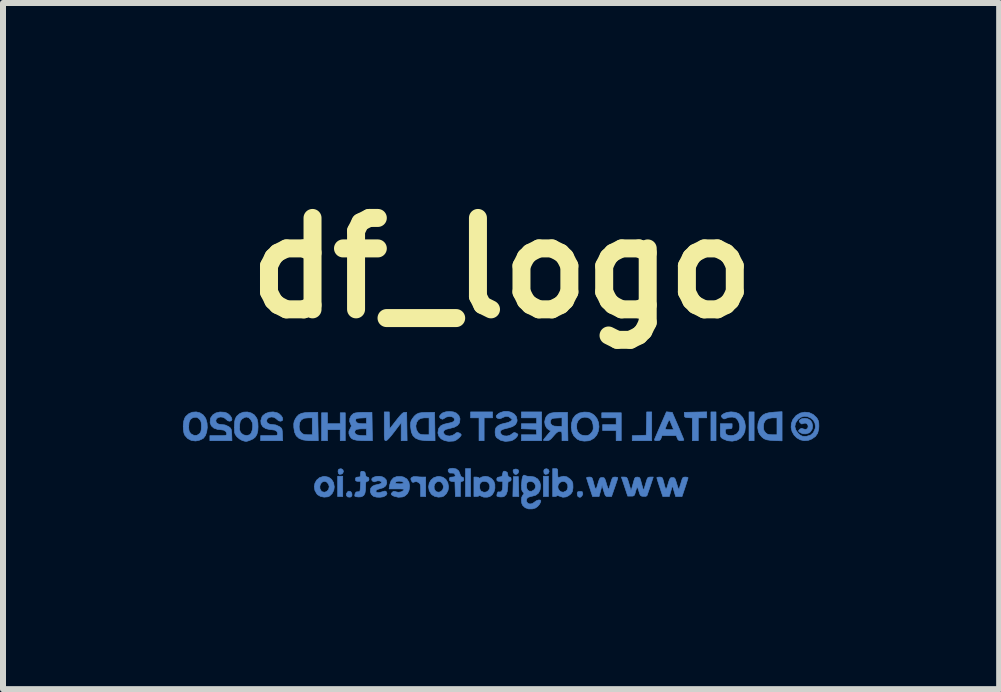
<source format=kicad_pcb>
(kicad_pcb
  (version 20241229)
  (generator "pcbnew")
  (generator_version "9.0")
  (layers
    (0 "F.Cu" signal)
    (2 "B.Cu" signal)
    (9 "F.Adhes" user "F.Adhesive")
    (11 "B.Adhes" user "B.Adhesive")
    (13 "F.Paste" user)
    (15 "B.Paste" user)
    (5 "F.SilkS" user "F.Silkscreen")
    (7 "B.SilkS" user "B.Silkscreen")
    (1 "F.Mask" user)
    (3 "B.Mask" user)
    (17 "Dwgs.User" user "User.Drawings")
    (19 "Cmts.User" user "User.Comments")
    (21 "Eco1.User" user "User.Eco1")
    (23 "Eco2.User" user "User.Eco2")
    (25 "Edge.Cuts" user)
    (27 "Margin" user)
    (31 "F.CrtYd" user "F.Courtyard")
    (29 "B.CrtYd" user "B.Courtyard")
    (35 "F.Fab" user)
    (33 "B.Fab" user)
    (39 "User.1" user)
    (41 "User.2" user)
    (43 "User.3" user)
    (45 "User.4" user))
  (footprint "df_logo"
    (layer "F.Cu")
    (at 5.317 1.418)
    (property "Reference" "df_logo" (at 0 0 0) (layer "F.SilkS") (effects (font (size 1.524 1.524) (thickness 0.3))))
    (attr through_hole)
    (fp_poly (pts (xy -2.738 3.81) (xy -2.653 3.81) (xy -2.653 3.471) (xy -2.738 3.471) (xy -2.738 3.81)) (stroke (width 0.01) (type solid)) (fill yes) (layer "B.Cu"))
    (fp_poly (pts (xy -0.607 3.81) (xy -0.522 3.81) (xy -0.522 3.344) (xy -0.607 3.344) (xy -0.607 3.81)) (stroke (width 0.01) (type solid)) (fill yes) (layer "B.Cu"))
    (fp_poly (pts (xy 0.691 3.81) (xy 0.776 3.81) (xy 0.776 3.471) (xy 0.691 3.471) (xy 0.691 3.81)) (stroke (width 0.01) (type solid)) (fill yes) (layer "B.Cu"))
    (fp_poly (pts (xy 3.485 2.879) (xy 3.57 2.879) (xy 3.57 2.399) (xy 3.485 2.399) (xy 3.485 2.879)) (stroke (width 0.01) (type solid)) (fill yes) (layer "B.Cu"))
    (fp_poly (pts (xy 4.12 2.879) (xy 4.205 2.879) (xy 4.205 2.399) (xy 4.12 2.399) (xy 4.12 2.879)) (stroke (width 0.01) (type solid)) (fill yes) (layer "B.Cu"))
    (fp_poly (pts (xy 0.187 3.644) (xy 0.183 3.81) (xy 0.283 3.81) (xy 0.279 3.644) (xy 0.275 3.478) (xy 0.191 3.478) (xy 0.187 3.644)) (stroke (width 0.01) (type solid)) (fill yes) (layer "B.Cu"))
    (fp_poly (pts (xy 2.406 2.787) (xy 2.29 2.791) (xy 2.173 2.795) (xy 2.173 2.879) (xy 2.498 2.879) (xy 2.498 2.399) (xy 2.414 2.399) (xy 2.406 2.787)) (stroke (width 0.01) (type solid)) (fill yes) (layer "B.Cu"))
    (fp_poly (pts (xy -0.522 2.498) (xy -0.381 2.498) (xy -0.381 2.879) (xy -0.296 2.879) (xy -0.296 2.498) (xy -0.155 2.498) (xy -0.155 2.399) (xy -0.522 2.399) (xy -0.522 2.498)) (stroke (width 0.01) (type solid)) (fill yes) (layer "B.Cu"))
    (fp_poly (pts (xy 1.665 2.498) (xy 1.905 2.498) (xy 1.905 2.611) (xy 1.679 2.611) (xy 1.679 2.709) (xy 1.905 2.709) (xy 1.905 2.879) (xy 1.99 2.879) (xy 1.99 2.413) (xy 1.665 2.413) (xy 1.665 2.498)) (stroke (width 0.01) (type solid)) (fill yes) (layer "B.Cu"))
    (fp_poly (pts (xy -2.574 3.733) (xy -2.594 3.767) (xy -2.59 3.797) (xy -2.568 3.817) (xy -2.533 3.82) (xy -2.515 3.815) (xy -2.5 3.796) (xy -2.499 3.766) (xy -2.512 3.737) (xy -2.525 3.726) (xy -2.553 3.72) (xy -2.574 3.733)) (stroke (width 0.01) (type solid)) (fill yes) (layer "B.Cu"))
    (fp_poly (pts (xy 0.198 3.358) (xy 0.186 3.377) (xy 0.191 3.409) (xy 0.211 3.435) (xy 0.233 3.443) (xy 0.256 3.433) (xy 0.268 3.423) (xy 0.282 3.39) (xy 0.271 3.364) (xy 0.24 3.352) (xy 0.233 3.351) (xy 0.198 3.358)) (stroke (width 0.01) (type solid)) (fill yes) (layer "B.Cu"))
    (fp_poly (pts (xy -2.72 3.355) (xy -2.73 3.377) (xy -2.731 3.394) (xy -2.725 3.426) (xy -2.706 3.439) (xy -2.701 3.44) (xy -2.669 3.434) (xy -2.654 3.423) (xy -2.641 3.391) (xy -2.651 3.363) (xy -2.677 3.347) (xy -2.693 3.347) (xy -2.72 3.355)) (stroke (width 0.01) (type solid)) (fill yes) (layer "B.Cu"))
    (fp_poly (pts (xy -2.695 2.596) (xy -2.907 2.596) (xy -2.907 2.413) (xy -3.006 2.413) (xy -3.006 2.879) (xy -2.907 2.879) (xy -2.907 2.695) (xy -2.695 2.695) (xy -2.695 2.879) (xy -2.611 2.879) (xy -2.611 2.413) (xy -2.695 2.413) (xy -2.695 2.596)) (stroke (width 0.01) (type solid)) (fill yes) (layer "B.Cu"))
    (fp_poly (pts (xy 0.709 3.355) (xy 0.699 3.377) (xy 0.699 3.394) (xy 0.704 3.426) (xy 0.723 3.439) (xy 0.728 3.44) (xy 0.76 3.434) (xy 0.775 3.423) (xy 0.788 3.391) (xy 0.778 3.363) (xy 0.752 3.347) (xy 0.736 3.347) (xy 0.709 3.355)) (stroke (width 0.01) (type solid)) (fill yes) (layer "B.Cu"))
    (fp_poly (pts (xy 3.228 2.402) (xy 3.041 2.406) (xy 3.041 2.448) (xy 3.043 2.474) (xy 3.054 2.487) (xy 3.08 2.493) (xy 3.108 2.495) (xy 3.175 2.499) (xy 3.175 2.879) (xy 3.274 2.879) (xy 3.274 2.498) (xy 3.415 2.498) (xy 3.415 2.398) (xy 3.228 2.402)) (stroke (width 0.01) (type solid)) (fill yes) (layer "B.Cu"))
    (fp_poly (pts (xy 0.325 2.498) (xy 0.579 2.498) (xy 0.579 2.596) (xy 0.325 2.596) (xy 0.325 2.68) (xy 0.448 2.684) (xy 0.572 2.688) (xy 0.576 2.734) (xy 0.58 2.78) (xy 0.325 2.78) (xy 0.325 2.879) (xy 0.663 2.879) (xy 0.663 2.399) (xy 0.325 2.399) (xy 0.325 2.498)) (stroke (width 0.01) (type solid)) (fill yes) (layer "B.Cu"))
    (fp_poly (pts (xy 1.268 3.729) (xy 1.257 3.745) (xy 1.256 3.766) (xy 1.263 3.801) (xy 1.278 3.816) (xy 1.301 3.823) (xy 1.316 3.818) (xy 1.333 3.801) (xy 1.348 3.775) (xy 1.348 3.758) (xy 1.341 3.736) (xy 1.341 3.731) (xy 1.328 3.727) (xy 1.299 3.725) (xy 1.298 3.725) (xy 1.268 3.729)) (stroke (width 0.01) (type solid)) (fill yes) (layer "B.Cu"))
    (fp_poly (pts (xy -1.474 3.478) (xy -1.5 3.489) (xy -1.517 3.507) (xy -1.516 3.529) (xy -1.509 3.545) (xy -1.494 3.57) (xy -1.475 3.573) (xy -1.459 3.567) (xy -1.427 3.56) (xy -1.395 3.573) (xy -1.391 3.575) (xy -1.372 3.59) (xy -1.361 3.608) (xy -1.356 3.637) (xy -1.355 3.685) (xy -1.355 3.704) (xy -1.355 3.81) (xy -1.27 3.81) (xy -1.27 3.484) (xy -1.323 3.485) (xy -1.375 3.483) (xy -1.425 3.478) (xy -1.425 3.478) (xy -1.474 3.478)) (stroke (width 0.01) (type solid)) (fill yes) (layer "B.Cu"))
    (fp_poly (pts (xy -1.961 2.639) (xy -1.961 2.726) (xy -1.961 2.789) (xy -1.959 2.832) (xy -1.955 2.859) (xy -1.95 2.872) (xy -1.942 2.878) (xy -1.934 2.879) (xy -1.912 2.868) (xy -1.878 2.834) (xy -1.831 2.778) (xy -1.792 2.728) (xy -1.679 2.578) (xy -1.679 2.879) (xy -1.58 2.879) (xy -1.587 2.406) (xy -1.622 2.406) (xy -1.642 2.411) (xy -1.665 2.428) (xy -1.696 2.461) (xy -1.739 2.512) (xy -1.763 2.543) (xy -1.87 2.68) (xy -1.878 2.399) (xy -1.961 2.399) (xy -1.961 2.639)) (stroke (width 0.01) (type solid)) (fill yes) (layer "B.Cu"))
    (fp_poly (pts (xy 5.001 2.512) (xy 4.972 2.529) (xy 4.956 2.549) (xy 4.96 2.565) (xy 4.973 2.581) (xy 4.996 2.6) (xy 5.018 2.596) (xy 5.025 2.592) (xy 5.057 2.585) (xy 5.085 2.597) (xy 5.103 2.623) (xy 5.105 2.654) (xy 5.087 2.681) (xy 5.064 2.692) (xy 5.034 2.685) (xy 5.028 2.683) (xy 4.997 2.673) (xy 4.973 2.683) (xy 4.964 2.691) (xy 4.946 2.71) (xy 4.948 2.723) (xy 4.968 2.741) (xy 5.015 2.763) (xy 5.07 2.765) (xy 5.122 2.748) (xy 5.144 2.731) (xy 5.173 2.685) (xy 5.181 2.63) (xy 5.168 2.576) (xy 5.143 2.539) (xy 5.1 2.514) (xy 5.05 2.505) (xy 5.001 2.512)) (stroke (width 0.01) (type solid)) (fill yes) (layer "B.Cu"))
    (fp_poly (pts (xy -3.197 2.407) (xy -3.28 2.411) (xy -3.341 2.423) (xy -3.387 2.446) (xy -3.422 2.482) (xy -3.443 2.515) (xy -3.462 2.555) (xy -3.47 2.597) (xy -3.469 2.652) (xy -3.469 2.658) (xy -3.456 2.738) (xy -3.428 2.798) (xy -3.382 2.84) (xy -3.316 2.866) (xy -3.228 2.878) (xy -3.183 2.879) (xy -3.061 2.879) (xy -3.068 2.498) (xy -3.161 2.498) (xy -3.161 2.78) (xy -3.236 2.78) (xy -3.285 2.777) (xy -3.317 2.767) (xy -3.343 2.746) (xy -3.345 2.743) (xy -3.368 2.711) (xy -3.378 2.672) (xy -3.38 2.636) (xy -3.37 2.573) (xy -3.341 2.529) (xy -3.292 2.504) (xy -3.231 2.498) (xy -3.161 2.498) (xy -3.068 2.498) (xy -3.069 2.406) (xy -3.197 2.407)) (stroke (width 0.01) (type solid)) (fill yes) (layer "B.Cu"))
    (fp_poly (pts (xy -2.981 3.476) (xy -3.042 3.496) (xy -3.088 3.536) (xy -3.117 3.588) (xy -3.127 3.648) (xy -3.117 3.709) (xy -3.085 3.765) (xy -3.07 3.781) (xy -3.023 3.808) (xy -2.964 3.82) (xy -2.906 3.815) (xy -2.875 3.803) (xy -2.831 3.762) (xy -2.802 3.705) (xy -2.794 3.648) (xy -2.879 3.648) (xy -2.889 3.692) (xy -2.917 3.723) (xy -2.953 3.738) (xy -2.991 3.732) (xy -3.012 3.717) (xy -3.033 3.679) (xy -3.035 3.636) (xy -3.02 3.595) (xy -2.991 3.566) (xy -2.955 3.556) (xy -2.921 3.568) (xy -2.893 3.6) (xy -2.879 3.64) (xy -2.879 3.648) (xy -2.794 3.648) (xy -2.806 3.579) (xy -2.839 3.524) (xy -2.888 3.488) (xy -2.951 3.474) (xy -2.981 3.476)) (stroke (width 0.01) (type solid)) (fill yes) (layer "B.Cu"))
    (fp_poly (pts (xy -1.253 2.407) (xy -1.329 2.41) (xy -1.384 2.419) (xy -1.426 2.439) (xy -1.461 2.47) (xy -1.493 2.513) (xy -1.512 2.545) (xy -1.521 2.578) (xy -1.523 2.622) (xy -1.521 2.653) (xy -1.51 2.734) (xy -1.483 2.795) (xy -1.438 2.838) (xy -1.374 2.865) (xy -1.287 2.877) (xy -1.236 2.879) (xy -1.114 2.879) (xy -1.12 2.498) (xy -1.214 2.498) (xy -1.214 2.78) (xy -1.289 2.78) (xy -1.338 2.777) (xy -1.371 2.767) (xy -1.395 2.747) (xy -1.426 2.694) (xy -1.435 2.633) (xy -1.421 2.574) (xy -1.42 2.571) (xy -1.391 2.53) (xy -1.352 2.507) (xy -1.297 2.498) (xy -1.278 2.498) (xy -1.214 2.498) (xy -1.12 2.498) (xy -1.122 2.406) (xy -1.253 2.407)) (stroke (width 0.01) (type solid)) (fill yes) (layer "B.Cu"))
    (fp_poly (pts (xy -1.076 3.476) (xy -1.137 3.496) (xy -1.183 3.536) (xy -1.212 3.588) (xy -1.222 3.648) (xy -1.212 3.709) (xy -1.18 3.765) (xy -1.165 3.781) (xy -1.118 3.808) (xy -1.059 3.82) (xy -1.001 3.815) (xy -0.97 3.803) (xy -0.926 3.762) (xy -0.897 3.705) (xy -0.889 3.648) (xy -0.974 3.648) (xy -0.984 3.692) (xy -1.012 3.723) (xy -1.048 3.738) (xy -1.086 3.732) (xy -1.107 3.717) (xy -1.128 3.679) (xy -1.13 3.636) (xy -1.115 3.595) (xy -1.086 3.566) (xy -1.05 3.556) (xy -1.016 3.568) (xy -0.988 3.6) (xy -0.974 3.64) (xy -0.974 3.648) (xy -0.889 3.648) (xy -0.901 3.579) (xy -0.934 3.524) (xy -0.983 3.488) (xy -1.046 3.474) (xy -1.076 3.476)) (stroke (width 0.01) (type solid)) (fill yes) (layer "B.Cu"))
    (fp_poly (pts (xy 4.545 2.402) (xy 4.459 2.411) (xy 4.395 2.427) (xy 4.348 2.453) (xy 4.312 2.493) (xy 4.292 2.526) (xy 4.27 2.593) (xy 4.265 2.664) (xy 4.276 2.731) (xy 4.299 2.776) (xy 4.335 2.818) (xy 4.371 2.847) (xy 4.416 2.864) (xy 4.477 2.873) (xy 4.538 2.877) (xy 4.671 2.881) (xy 4.671 2.498) (xy 4.586 2.498) (xy 4.586 2.78) (xy 4.508 2.78) (xy 4.457 2.777) (xy 4.424 2.768) (xy 4.397 2.747) (xy 4.395 2.745) (xy 4.368 2.706) (xy 4.36 2.654) (xy 4.36 2.654) (xy 4.368 2.585) (xy 4.394 2.538) (xy 4.439 2.509) (xy 4.506 2.498) (xy 4.523 2.498) (xy 4.586 2.498) (xy 4.671 2.498) (xy 4.671 2.395) (xy 4.545 2.402)) (stroke (width 0.01) (type solid)) (fill yes) (layer "B.Cu"))
    (fp_poly (pts (xy -0.87 3.344) (xy -0.895 3.361) (xy -0.895 3.389) (xy -0.891 3.397) (xy -0.87 3.418) (xy -0.839 3.418) (xy -0.804 3.42) (xy -0.789 3.431) (xy -0.776 3.462) (xy -0.788 3.48) (xy -0.825 3.485) (xy -0.826 3.485) (xy -0.859 3.488) (xy -0.873 3.5) (xy -0.875 3.52) (xy -0.87 3.544) (xy -0.849 3.556) (xy -0.829 3.559) (xy -0.783 3.563) (xy -0.775 3.81) (xy -0.691 3.81) (xy -0.691 3.683) (xy -0.691 3.623) (xy -0.689 3.585) (xy -0.684 3.565) (xy -0.674 3.557) (xy -0.663 3.556) (xy -0.641 3.548) (xy -0.635 3.521) (xy -0.642 3.493) (xy -0.662 3.485) (xy -0.683 3.476) (xy -0.696 3.443) (xy -0.697 3.438) (xy -0.719 3.383) (xy -0.76 3.35) (xy -0.818 3.338) (xy -0.819 3.338) (xy -0.87 3.344)) (stroke (width 0.01) (type solid)) (fill yes) (layer "B.Cu"))
    (fp_poly (pts (xy -0.332 3.483) (xy -0.35 3.493) (xy -0.372 3.505) (xy -0.381 3.5) (xy -0.393 3.49) (xy -0.423 3.485) (xy -0.423 3.485) (xy -0.466 3.485) (xy -0.466 3.81) (xy -0.423 3.81) (xy -0.394 3.806) (xy -0.381 3.795) (xy -0.381 3.795) (xy -0.371 3.791) (xy -0.35 3.802) (xy -0.303 3.82) (xy -0.246 3.821) (xy -0.201 3.81) (xy -0.16 3.779) (xy -0.131 3.73) (xy -0.116 3.671) (xy -0.117 3.633) (xy -0.201 3.633) (xy -0.204 3.676) (xy -0.225 3.711) (xy -0.259 3.734) (xy -0.3 3.739) (xy -0.344 3.721) (xy -0.346 3.72) (xy -0.365 3.691) (xy -0.373 3.648) (xy -0.367 3.605) (xy -0.354 3.578) (xy -0.322 3.559) (xy -0.28 3.557) (xy -0.24 3.569) (xy -0.22 3.587) (xy -0.201 3.633) (xy -0.117 3.633) (xy -0.117 3.608) (xy -0.134 3.556) (xy -0.171 3.511) (xy -0.222 3.482) (xy -0.278 3.472) (xy -0.332 3.483)) (stroke (width 0.01) (type solid)) (fill yes) (layer "B.Cu"))
    (fp_poly (pts (xy 0.02 3.399) (xy 0.012 3.432) (xy 0.011 3.433) (xy 0.005 3.465) (xy -0.014 3.479) (xy -0.039 3.483) (xy -0.071 3.49) (xy -0.083 3.506) (xy -0.085 3.522) (xy -0.081 3.545) (xy -0.064 3.554) (xy -0.035 3.556) (xy 0.014 3.556) (xy 0.014 3.632) (xy 0.009 3.691) (xy -0.008 3.726) (xy -0.035 3.735) (xy -0.047 3.731) (xy -0.067 3.734) (xy -0.079 3.76) (xy -0.084 3.789) (xy -0.082 3.803) (xy -0.057 3.813) (xy -0.019 3.817) (xy 0.02 3.814) (xy 0.038 3.808) (xy 0.071 3.776) (xy 0.091 3.72) (xy 0.099 3.641) (xy 0.099 3.632) (xy 0.1 3.587) (xy 0.106 3.565) (xy 0.118 3.557) (xy 0.127 3.556) (xy 0.149 3.548) (xy 0.155 3.521) (xy 0.149 3.493) (xy 0.127 3.485) (xy 0.106 3.478) (xy 0.099 3.453) (xy 0.099 3.445) (xy 0.089 3.407) (xy 0.058 3.389) (xy 0.035 3.387) (xy 0.02 3.399)) (stroke (width 0.01) (type solid)) (fill yes) (layer "B.Cu"))
    (fp_poly (pts (xy 1.368 2.402) (xy 1.287 2.418) (xy 1.226 2.455) (xy 1.184 2.511) (xy 1.161 2.588) (xy 1.157 2.649) (xy 1.168 2.732) (xy 1.2 2.799) (xy 1.256 2.853) (xy 1.308 2.877) (xy 1.374 2.886) (xy 1.442 2.881) (xy 1.475 2.872) (xy 1.537 2.836) (xy 1.582 2.783) (xy 1.609 2.718) (xy 1.615 2.677) (xy 1.523 2.677) (xy 1.516 2.709) (xy 1.497 2.739) (xy 1.489 2.749) (xy 1.459 2.779) (xy 1.426 2.792) (xy 1.389 2.794) (xy 1.332 2.786) (xy 1.291 2.762) (xy 1.261 2.725) (xy 1.247 2.672) (xy 1.246 2.665) (xy 1.249 2.596) (xy 1.273 2.541) (xy 1.315 2.503) (xy 1.371 2.487) (xy 1.416 2.489) (xy 1.467 2.508) (xy 1.5 2.545) (xy 1.518 2.603) (xy 1.521 2.629) (xy 1.523 2.677) (xy 1.615 2.677) (xy 1.619 2.647) (xy 1.611 2.575) (xy 1.585 2.509) (xy 1.54 2.454) (xy 1.495 2.423) (xy 1.444 2.405) (xy 1.379 2.402) (xy 1.368 2.402)) (stroke (width 0.01) (type solid)) (fill yes) (layer "B.Cu"))
    (fp_poly (pts (xy 4.974 2.418) (xy 4.907 2.458) (xy 4.898 2.467) (xy 4.849 2.529) (xy 4.825 2.595) (xy 4.822 2.662) (xy 4.838 2.727) (xy 4.87 2.784) (xy 4.916 2.831) (xy 4.973 2.864) (xy 5.038 2.879) (xy 5.109 2.873) (xy 5.167 2.85) (xy 5.227 2.808) (xy 5.264 2.755) (xy 5.282 2.685) (xy 5.284 2.646) (xy 5.227 2.646) (xy 5.221 2.682) (xy 5.192 2.744) (xy 5.146 2.785) (xy 5.082 2.805) (xy 5.047 2.807) (xy 5.006 2.803) (xy 4.971 2.784) (xy 4.945 2.761) (xy 4.901 2.702) (xy 4.884 2.644) (xy 4.896 2.585) (xy 4.936 2.525) (xy 4.936 2.524) (xy 4.986 2.487) (xy 5.041 2.472) (xy 5.097 2.478) (xy 5.149 2.501) (xy 5.192 2.538) (xy 5.219 2.588) (xy 5.227 2.646) (xy 5.284 2.646) (xy 5.285 2.638) (xy 5.283 2.583) (xy 5.275 2.545) (xy 5.259 2.513) (xy 5.246 2.494) (xy 5.189 2.441) (xy 5.121 2.41) (xy 5.047 2.403) (xy 4.974 2.418)) (stroke (width 0.01) (type solid)) (fill yes) (layer "B.Cu"))
    (fp_poly (pts (xy -2.354 3.401) (xy -2.357 3.434) (xy -2.357 3.435) (xy -2.359 3.469) (xy -2.37 3.483) (xy -2.398 3.485) (xy -2.399 3.485) (xy -2.429 3.489) (xy -2.44 3.505) (xy -2.441 3.521) (xy -2.437 3.546) (xy -2.418 3.555) (xy -2.398 3.556) (xy -2.355 3.556) (xy -2.359 3.644) (xy -2.362 3.692) (xy -2.367 3.718) (xy -2.378 3.729) (xy -2.396 3.73) (xy -2.401 3.73) (xy -2.431 3.734) (xy -2.446 3.758) (xy -2.448 3.763) (xy -2.453 3.792) (xy -2.451 3.804) (xy -2.429 3.813) (xy -2.391 3.817) (xy -2.353 3.815) (xy -2.333 3.81) (xy -2.302 3.79) (xy -2.283 3.755) (xy -2.274 3.701) (xy -2.272 3.649) (xy -2.271 3.599) (xy -2.267 3.571) (xy -2.258 3.559) (xy -2.244 3.556) (xy -2.222 3.548) (xy -2.215 3.521) (xy -2.222 3.493) (xy -2.243 3.485) (xy -2.263 3.478) (xy -2.273 3.45) (xy -2.275 3.44) (xy -2.282 3.407) (xy -2.301 3.392) (xy -2.318 3.389) (xy -2.344 3.389) (xy -2.354 3.401)) (stroke (width 0.01) (type solid)) (fill yes) (layer "B.Cu"))
    (fp_poly (pts (xy -1.753 3.477) (xy -1.808 3.499) (xy -1.846 3.543) (xy -1.869 3.611) (xy -1.871 3.623) (xy -1.88 3.683) (xy -1.749 3.683) (xy -1.688 3.683) (xy -1.651 3.685) (xy -1.634 3.688) (xy -1.632 3.696) (xy -1.641 3.707) (xy -1.644 3.711) (xy -1.679 3.732) (xy -1.726 3.739) (xy -1.77 3.73) (xy -1.778 3.726) (xy -1.804 3.723) (xy -1.824 3.735) (xy -1.845 3.76) (xy -1.842 3.779) (xy -1.814 3.797) (xy -1.8 3.804) (xy -1.727 3.822) (xy -1.658 3.817) (xy -1.619 3.802) (xy -1.574 3.762) (xy -1.547 3.703) (xy -1.538 3.635) (xy -1.548 3.581) (xy -1.64 3.581) (xy -1.648 3.592) (xy -1.68 3.598) (xy -1.706 3.598) (xy -1.747 3.596) (xy -1.773 3.589) (xy -1.778 3.584) (xy -1.766 3.566) (xy -1.737 3.555) (xy -1.7 3.554) (xy -1.666 3.56) (xy -1.643 3.576) (xy -1.64 3.581) (xy -1.548 3.581) (xy -1.55 3.568) (xy -1.584 3.517) (xy -1.638 3.485) (xy -1.68 3.476) (xy -1.753 3.477)) (stroke (width 0.01) (type solid)) (fill yes) (layer "B.Cu"))
    (fp_poly (pts (xy 0.847 3.81) (xy 0.882 3.81) (xy 0.908 3.805) (xy 0.917 3.796) (xy 0.928 3.791) (xy 0.955 3.801) (xy 0.959 3.803) (xy 1.017 3.822) (xy 1.071 3.816) (xy 1.11 3.797) (xy 1.151 3.765) (xy 1.175 3.727) (xy 1.184 3.674) (xy 1.185 3.659) (xy 1.1 3.659) (xy 1.086 3.7) (xy 1.069 3.717) (xy 1.024 3.738) (xy 0.984 3.73) (xy 0.96 3.711) (xy 0.936 3.673) (xy 0.934 3.633) (xy 0.949 3.597) (xy 0.977 3.57) (xy 1.013 3.557) (xy 1.052 3.564) (xy 1.075 3.579) (xy 1.097 3.615) (xy 1.1 3.659) (xy 1.185 3.659) (xy 1.185 3.64) (xy 1.183 3.593) (xy 1.172 3.56) (xy 1.147 3.529) (xy 1.137 3.519) (xy 1.086 3.482) (xy 1.03 3.471) (xy 0.968 3.485) (xy 0.947 3.492) (xy 0.936 3.488) (xy 0.932 3.467) (xy 0.931 3.424) (xy 0.931 3.422) (xy 0.931 3.377) (xy 0.926 3.354) (xy 0.913 3.346) (xy 0.889 3.344) (xy 0.847 3.344) (xy 0.847 3.81)) (stroke (width 0.01) (type solid)) (fill yes) (layer "B.Cu"))
    (fp_poly (pts (xy 2.649 2.613) (xy 2.617 2.687) (xy 2.589 2.753) (xy 2.566 2.807) (xy 2.551 2.842) (xy 2.546 2.854) (xy 2.545 2.87) (xy 2.56 2.877) (xy 2.589 2.879) (xy 2.625 2.875) (xy 2.644 2.86) (xy 2.655 2.836) (xy 2.67 2.794) (xy 2.908 2.794) (xy 2.923 2.836) (xy 2.938 2.866) (xy 2.962 2.877) (xy 2.986 2.879) (xy 3.018 2.876) (xy 3.034 2.869) (xy 3.034 2.868) (xy 3.029 2.851) (xy 3.014 2.814) (xy 2.991 2.76) (xy 2.964 2.695) (xy 2.863 2.695) (xy 2.793 2.695) (xy 2.753 2.693) (xy 2.728 2.687) (xy 2.723 2.683) (xy 2.729 2.664) (xy 2.743 2.629) (xy 2.757 2.595) (xy 2.776 2.553) (xy 2.788 2.535) (xy 2.796 2.535) (xy 2.804 2.552) (xy 2.805 2.554) (xy 2.82 2.591) (xy 2.838 2.636) (xy 2.841 2.642) (xy 2.863 2.695) (xy 2.964 2.695) (xy 2.963 2.692) (xy 2.937 2.631) (xy 2.84 2.406) (xy 2.792 2.402) (xy 2.743 2.397) (xy 2.649 2.613)) (stroke (width 0.01) (type solid)) (fill yes) (layer "B.Cu"))
    (fp_poly (pts (xy -4.768 2.416) (xy -4.82 2.449) (xy -4.854 2.498) (xy -4.86 2.515) (xy -4.864 2.579) (xy -4.844 2.631) (xy -4.802 2.669) (xy -4.74 2.691) (xy -4.694 2.695) (xy -4.636 2.703) (xy -4.6 2.727) (xy -4.586 2.765) (xy -4.586 2.767) (xy -4.588 2.779) (xy -4.598 2.787) (xy -4.621 2.792) (xy -4.662 2.794) (xy -4.725 2.794) (xy -4.868 2.794) (xy -4.868 2.879) (xy -4.5 2.879) (xy -4.504 2.777) (xy -4.507 2.724) (xy -4.513 2.69) (xy -4.524 2.669) (xy -4.544 2.652) (xy -4.556 2.643) (xy -4.616 2.616) (xy -4.66 2.611) (xy -4.721 2.603) (xy -4.757 2.582) (xy -4.77 2.547) (xy -4.77 2.547) (xy -4.758 2.513) (xy -4.728 2.491) (xy -4.688 2.483) (xy -4.646 2.489) (xy -4.609 2.511) (xy -4.603 2.519) (xy -4.567 2.547) (xy -4.538 2.554) (xy -4.51 2.546) (xy -4.5 2.525) (xy -4.507 2.497) (xy -4.527 2.465) (xy -4.557 2.435) (xy -4.596 2.413) (xy -4.624 2.405) (xy -4.7 2.4) (xy -4.768 2.416)) (stroke (width 0.01) (type solid)) (fill yes) (layer "B.Cu"))
    (fp_poly (pts (xy -3.879 2.404) (xy -3.939 2.425) (xy -3.985 2.46) (xy -4 2.482) (xy -4.019 2.544) (xy -4.014 2.6) (xy -3.985 2.646) (xy -3.935 2.678) (xy -3.867 2.694) (xy -3.842 2.695) (xy -3.785 2.703) (xy -3.75 2.725) (xy -3.739 2.759) (xy -3.74 2.775) (xy -3.747 2.785) (xy -3.763 2.791) (xy -3.795 2.793) (xy -3.848 2.794) (xy -3.881 2.794) (xy -4.022 2.794) (xy -4.022 2.879) (xy -3.654 2.879) (xy -3.658 2.777) (xy -3.661 2.724) (xy -3.666 2.69) (xy -3.677 2.669) (xy -3.697 2.652) (xy -3.71 2.643) (xy -3.77 2.616) (xy -3.813 2.611) (xy -3.874 2.603) (xy -3.911 2.582) (xy -3.923 2.547) (xy -3.923 2.547) (xy -3.911 2.513) (xy -3.881 2.491) (xy -3.841 2.483) (xy -3.799 2.489) (xy -3.763 2.511) (xy -3.756 2.519) (xy -3.721 2.547) (xy -3.692 2.554) (xy -3.663 2.546) (xy -3.653 2.523) (xy -3.659 2.493) (xy -3.68 2.461) (xy -3.713 2.431) (xy -3.748 2.412) (xy -3.813 2.399) (xy -3.879 2.404)) (stroke (width 0.01) (type solid)) (fill yes) (layer "B.Cu"))
    (fp_poly (pts (xy -2.082 3.473) (xy -2.122 3.482) (xy -2.153 3.496) (xy -2.17 3.516) (xy -2.167 3.54) (xy -2.153 3.555) (xy -2.129 3.565) (xy -2.102 3.556) (xy -2.068 3.547) (xy -2.034 3.55) (xy -2.009 3.563) (xy -2.004 3.577) (xy -2.017 3.593) (xy -2.053 3.605) (xy -2.057 3.606) (xy -2.12 3.62) (xy -2.16 3.64) (xy -2.184 3.669) (xy -2.188 3.678) (xy -2.194 3.728) (xy -2.176 3.774) (xy -2.139 3.807) (xy -2.136 3.808) (xy -2.088 3.82) (xy -2.03 3.822) (xy -1.977 3.814) (xy -1.968 3.811) (xy -1.929 3.787) (xy -1.915 3.759) (xy -1.923 3.735) (xy -1.937 3.721) (xy -1.955 3.719) (xy -1.987 3.728) (xy -2 3.732) (xy -2.051 3.745) (xy -2.086 3.742) (xy -2.1 3.724) (xy -2.1 3.713) (xy -2.083 3.695) (xy -2.044 3.682) (xy -2.044 3.682) (xy -1.977 3.663) (xy -1.936 3.631) (xy -1.919 3.586) (xy -1.919 3.578) (xy -1.928 3.533) (xy -1.956 3.501) (xy -1.993 3.481) (xy -2.037 3.472) (xy -2.082 3.473)) (stroke (width 0.01) (type solid)) (fill yes) (layer "B.Cu"))
    (fp_poly (pts (xy 0.877 2.409) (xy 0.817 2.419) (xy 0.775 2.438) (xy 0.745 2.469) (xy 0.725 2.506) (xy 0.713 2.565) (xy 0.722 2.622) (xy 0.749 2.67) (xy 0.776 2.693) (xy 0.816 2.716) (xy 0.754 2.789) (xy 0.723 2.827) (xy 0.7 2.856) (xy 0.691 2.87) (xy 0.691 2.87) (xy 0.704 2.876) (xy 0.735 2.878) (xy 0.744 2.879) (xy 0.775 2.876) (xy 0.799 2.865) (xy 0.826 2.841) (xy 0.861 2.801) (xy 0.9 2.757) (xy 0.93 2.733) (xy 0.957 2.724) (xy 0.963 2.724) (xy 0.985 2.725) (xy 0.997 2.735) (xy 1.001 2.759) (xy 1.002 2.801) (xy 1.002 2.879) (xy 1.101 2.879) (xy 1.097 2.639) (xy 1.002 2.639) (xy 0.926 2.639) (xy 0.875 2.636) (xy 0.842 2.625) (xy 0.825 2.61) (xy 0.808 2.581) (xy 0.811 2.548) (xy 0.813 2.543) (xy 0.822 2.522) (xy 0.838 2.51) (xy 0.867 2.504) (xy 0.914 2.501) (xy 1.002 2.496) (xy 1.002 2.639) (xy 1.097 2.639) (xy 1.094 2.406) (xy 0.959 2.406) (xy 0.877 2.409)) (stroke (width 0.01) (type solid)) (fill yes) (layer "B.Cu"))
    (fp_poly (pts (xy -5.161 2.404) (xy -5.22 2.429) (xy -5.27 2.474) (xy -5.287 2.501) (xy -5.304 2.552) (xy -5.312 2.618) (xy -5.311 2.688) (xy -5.301 2.75) (xy -5.286 2.789) (xy -5.239 2.842) (xy -5.177 2.875) (xy -5.107 2.884) (xy -5.048 2.873) (xy -5.009 2.856) (xy -4.979 2.84) (xy -4.975 2.837) (xy -4.942 2.793) (xy -4.921 2.732) (xy -4.911 2.659) (xy -4.912 2.641) (xy -5.009 2.641) (xy -5.012 2.695) (xy -5.02 2.731) (xy -5.036 2.757) (xy -5.04 2.761) (xy -5.083 2.789) (xy -5.131 2.791) (xy -5.177 2.768) (xy -5.186 2.759) (xy -5.207 2.734) (xy -5.217 2.704) (xy -5.221 2.659) (xy -5.221 2.641) (xy -5.215 2.573) (xy -5.195 2.526) (xy -5.159 2.499) (xy -5.127 2.489) (xy -5.09 2.488) (xy -5.06 2.504) (xy -5.046 2.517) (xy -5.025 2.541) (xy -5.014 2.57) (xy -5.01 2.611) (xy -5.009 2.641) (xy -4.912 2.641) (xy -4.915 2.585) (xy -4.934 2.517) (xy -4.94 2.503) (xy -4.98 2.449) (xy -5.034 2.414) (xy -5.096 2.399) (xy -5.161 2.404)) (stroke (width 0.01) (type solid)) (fill yes) (layer "B.Cu"))
    (fp_poly (pts (xy -2.383 2.408) (xy -2.442 2.416) (xy -2.473 2.425) (xy -2.512 2.46) (xy -2.535 2.507) (xy -2.538 2.559) (xy -2.521 2.603) (xy -2.51 2.625) (xy -2.514 2.648) (xy -2.528 2.673) (xy -2.55 2.721) (xy -2.55 2.765) (xy -2.533 2.807) (xy -2.51 2.838) (xy -2.475 2.859) (xy -2.422 2.871) (xy -2.349 2.878) (xy -2.291 2.879) (xy -2.158 2.879) (xy -2.162 2.681) (xy -2.258 2.681) (xy -2.258 2.794) (xy -2.32 2.794) (xy -2.368 2.791) (xy -2.411 2.783) (xy -2.419 2.78) (xy -2.448 2.758) (xy -2.454 2.726) (xy -2.438 2.698) (xy -2.416 2.689) (xy -2.375 2.683) (xy -2.34 2.681) (xy -2.258 2.681) (xy -2.162 2.681) (xy -2.163 2.596) (xy -2.258 2.596) (xy -2.326 2.596) (xy -2.372 2.593) (xy -2.409 2.583) (xy -2.419 2.578) (xy -2.437 2.552) (xy -2.439 2.532) (xy -2.432 2.517) (xy -2.413 2.507) (xy -2.376 2.502) (xy -2.346 2.501) (xy -2.258 2.496) (xy -2.258 2.596) (xy -2.163 2.596) (xy -2.166 2.406) (xy -2.302 2.406) (xy -2.383 2.408)) (stroke (width 0.01) (type solid)) (fill yes) (layer "B.Cu"))
    (fp_poly (pts (xy 2.597 3.488) (xy 2.583 3.495) (xy 2.582 3.496) (xy 2.587 3.513) (xy 2.598 3.551) (xy 2.615 3.604) (xy 2.633 3.658) (xy 2.683 3.81) (xy 2.791 3.81) (xy 2.843 3.628) (xy 2.897 3.81) (xy 3.003 3.81) (xy 3.054 3.658) (xy 3.074 3.597) (xy 3.09 3.545) (xy 3.101 3.51) (xy 3.104 3.496) (xy 3.092 3.489) (xy 3.062 3.485) (xy 3.058 3.485) (xy 3.034 3.487) (xy 3.018 3.495) (xy 3.006 3.516) (xy 2.993 3.555) (xy 2.986 3.581) (xy 2.971 3.63) (xy 2.959 3.669) (xy 2.952 3.689) (xy 2.952 3.689) (xy 2.945 3.683) (xy 2.933 3.655) (xy 2.919 3.611) (xy 2.915 3.597) (xy 2.899 3.544) (xy 2.887 3.513) (xy 2.874 3.498) (xy 2.857 3.493) (xy 2.843 3.493) (xy 2.822 3.494) (xy 2.807 3.503) (xy 2.795 3.524) (xy 2.781 3.564) (xy 2.771 3.598) (xy 2.756 3.649) (xy 2.744 3.676) (xy 2.734 3.68) (xy 2.722 3.66) (xy 2.709 3.614) (xy 2.695 3.56) (xy 2.683 3.517) (xy 2.671 3.495) (xy 2.653 3.487) (xy 2.629 3.485) (xy 2.597 3.488)) (stroke (width 0.01) (type solid)) (fill yes) (layer "B.Cu"))
    (fp_poly (pts (xy 3.751 2.407) (xy 3.701 2.427) (xy 3.667 2.451) (xy 3.657 2.471) (xy 3.67 2.492) (xy 3.679 2.501) (xy 3.701 2.516) (xy 3.724 2.512) (xy 3.739 2.504) (xy 3.789 2.488) (xy 3.844 2.485) (xy 3.892 2.496) (xy 3.895 2.498) (xy 3.929 2.531) (xy 3.954 2.582) (xy 3.965 2.643) (xy 3.965 2.653) (xy 3.953 2.715) (xy 3.919 2.761) (xy 3.866 2.788) (xy 3.821 2.794) (xy 3.768 2.788) (xy 3.738 2.77) (xy 3.726 2.735) (xy 3.725 2.721) (xy 3.728 2.695) (xy 3.741 2.684) (xy 3.772 2.681) (xy 3.782 2.681) (xy 3.818 2.679) (xy 3.834 2.67) (xy 3.838 2.648) (xy 3.838 2.639) (xy 3.838 2.596) (xy 3.641 2.596) (xy 3.641 2.708) (xy 3.641 2.764) (xy 3.644 2.799) (xy 3.652 2.82) (xy 3.667 2.836) (xy 3.688 2.849) (xy 3.76 2.879) (xy 3.84 2.887) (xy 3.916 2.872) (xy 3.982 2.835) (xy 4.028 2.777) (xy 4.051 2.721) (xy 4.06 2.639) (xy 4.047 2.56) (xy 4.014 2.49) (xy 3.962 2.436) (xy 3.948 2.427) (xy 3.89 2.405) (xy 3.82 2.398) (xy 3.751 2.407)) (stroke (width 0.01) (type solid)) (fill yes) (layer "B.Cu"))
    (fp_poly (pts (xy -4.308 2.403) (xy -4.369 2.426) (xy -4.419 2.469) (xy -4.431 2.488) (xy -4.447 2.52) (xy -4.455 2.561) (xy -4.459 2.619) (xy -4.459 2.649) (xy -4.458 2.707) (xy -4.455 2.746) (xy -4.446 2.773) (xy -4.43 2.797) (xy -4.416 2.814) (xy -4.375 2.85) (xy -4.33 2.875) (xy -4.32 2.878) (xy -4.285 2.888) (xy -4.263 2.891) (xy -4.24 2.886) (xy -4.204 2.874) (xy -4.201 2.873) (xy -4.145 2.847) (xy -4.109 2.816) (xy -4.083 2.771) (xy -4.083 2.77) (xy -4.069 2.716) (xy -4.065 2.649) (xy -4.065 2.648) (xy -4.154 2.648) (xy -4.162 2.702) (xy -4.178 2.749) (xy -4.2 2.777) (xy -4.202 2.779) (xy -4.252 2.793) (xy -4.304 2.783) (xy -4.34 2.759) (xy -4.362 2.73) (xy -4.373 2.693) (xy -4.374 2.654) (xy -4.371 2.605) (xy -4.363 2.562) (xy -4.359 2.549) (xy -4.33 2.515) (xy -4.288 2.49) (xy -4.256 2.484) (xy -4.22 2.496) (xy -4.187 2.528) (xy -4.163 2.571) (xy -4.156 2.595) (xy -4.154 2.648) (xy -4.065 2.648) (xy -4.068 2.579) (xy -4.08 2.521) (xy -4.087 2.504) (xy -4.126 2.45) (xy -4.18 2.416) (xy -4.243 2.4) (xy -4.308 2.403)) (stroke (width 0.01) (type solid)) (fill yes) (layer "B.Cu"))
    (fp_poly (pts (xy 0.035 2.391) (xy -0.028 2.411) (xy -0.059 2.429) (xy -0.091 2.459) (xy -0.095 2.484) (xy -0.072 2.505) (xy -0.067 2.507) (xy -0.036 2.513) (xy -0.002 2.501) (xy 0.007 2.496) (xy 0.062 2.473) (xy 0.109 2.476) (xy 0.143 2.5) (xy 0.174 2.53) (xy 0.143 2.555) (xy 0.112 2.572) (xy 0.065 2.585) (xy 0.042 2.589) (xy -0.024 2.607) (xy -0.071 2.634) (xy -0.098 2.662) (xy -0.11 2.692) (xy -0.113 2.736) (xy -0.109 2.786) (xy -0.094 2.819) (xy -0.081 2.833) (xy -0.017 2.874) (xy 0.059 2.891) (xy 0.145 2.882) (xy 0.165 2.877) (xy 0.2 2.859) (xy 0.235 2.831) (xy 0.26 2.799) (xy 0.268 2.778) (xy 0.257 2.763) (xy 0.234 2.75) (xy 0.205 2.742) (xy 0.181 2.755) (xy 0.172 2.763) (xy 0.132 2.79) (xy 0.084 2.801) (xy 0.037 2.798) (xy -0.001 2.781) (xy -0.023 2.751) (xy -0.026 2.742) (xy -0.024 2.719) (xy -0.007 2.701) (xy 0.028 2.686) (xy 0.086 2.671) (xy 0.104 2.667) (xy 0.178 2.644) (xy 0.227 2.61) (xy 0.251 2.564) (xy 0.254 2.535) (xy 0.242 2.48) (xy 0.208 2.436) (xy 0.159 2.406) (xy 0.099 2.39) (xy 0.035 2.391)) (stroke (width 0.01) (type solid)) (fill yes) (layer "B.Cu"))
    (fp_poly (pts (xy 1.426 3.488) (xy 1.411 3.495) (xy 1.411 3.496) (xy 1.415 3.513) (xy 1.427 3.551) (xy 1.444 3.604) (xy 1.462 3.658) (xy 1.512 3.81) (xy 1.62 3.81) (xy 1.645 3.717) (xy 1.67 3.623) (xy 1.698 3.717) (xy 1.713 3.766) (xy 1.725 3.794) (xy 1.74 3.806) (xy 1.761 3.81) (xy 1.777 3.81) (xy 1.828 3.81) (xy 1.881 3.658) (xy 1.902 3.597) (xy 1.919 3.546) (xy 1.93 3.51) (xy 1.933 3.496) (xy 1.921 3.489) (xy 1.891 3.485) (xy 1.887 3.485) (xy 1.863 3.487) (xy 1.847 3.495) (xy 1.835 3.516) (xy 1.822 3.555) (xy 1.814 3.581) (xy 1.8 3.63) (xy 1.788 3.669) (xy 1.781 3.689) (xy 1.78 3.689) (xy 1.774 3.683) (xy 1.762 3.655) (xy 1.747 3.611) (xy 1.743 3.597) (xy 1.728 3.544) (xy 1.715 3.513) (xy 1.703 3.498) (xy 1.685 3.493) (xy 1.672 3.493) (xy 1.651 3.494) (xy 1.636 3.503) (xy 1.624 3.524) (xy 1.61 3.564) (xy 1.6 3.598) (xy 1.585 3.649) (xy 1.573 3.676) (xy 1.562 3.68) (xy 1.551 3.66) (xy 1.537 3.614) (xy 1.523 3.56) (xy 1.511 3.517) (xy 1.499 3.495) (xy 1.481 3.487) (xy 1.458 3.485) (xy 1.426 3.488)) (stroke (width 0.01) (type solid)) (fill yes) (layer "B.Cu"))
    (fp_poly (pts (xy -0.933 2.397) (xy -0.985 2.414) (xy -0.998 2.422) (xy -1.032 2.456) (xy -1.04 2.485) (xy -1.021 2.509) (xy -1.016 2.512) (xy -0.987 2.521) (xy -0.962 2.507) (xy -0.962 2.507) (xy -0.924 2.484) (xy -0.88 2.475) (xy -0.837 2.479) (xy -0.805 2.494) (xy -0.79 2.521) (xy -0.79 2.525) (xy -0.798 2.551) (xy -0.825 2.57) (xy -0.875 2.584) (xy -0.903 2.589) (xy -0.974 2.607) (xy -1.022 2.633) (xy -1.051 2.671) (xy -1.058 2.688) (xy -1.067 2.751) (xy -1.051 2.804) (xy -1.014 2.847) (xy -0.959 2.876) (xy -0.889 2.89) (xy -0.807 2.885) (xy -0.794 2.883) (xy -0.765 2.87) (xy -0.731 2.845) (xy -0.699 2.816) (xy -0.68 2.79) (xy -0.677 2.781) (xy -0.689 2.764) (xy -0.713 2.749) (xy -0.74 2.741) (xy -0.764 2.749) (xy -0.784 2.767) (xy -0.824 2.791) (xy -0.871 2.801) (xy -0.916 2.796) (xy -0.952 2.779) (xy -0.972 2.75) (xy -0.974 2.736) (xy -0.964 2.71) (xy -0.932 2.69) (xy -0.875 2.675) (xy -0.868 2.674) (xy -0.792 2.654) (xy -0.74 2.625) (xy -0.71 2.586) (xy -0.705 2.573) (xy -0.698 2.513) (xy -0.718 2.459) (xy -0.76 2.418) (xy -0.808 2.399) (xy -0.87 2.392) (xy -0.933 2.397)) (stroke (width 0.01) (type solid)) (fill yes) (layer "B.Cu"))
    (fp_poly (pts (xy 2.452 3.487) (xy 2.435 3.494) (xy 2.423 3.513) (xy 2.41 3.549) (xy 2.399 3.588) (xy 2.384 3.639) (xy 2.372 3.679) (xy 2.366 3.701) (xy 2.366 3.703) (xy 2.36 3.699) (xy 2.349 3.667) (xy 2.332 3.609) (xy 2.315 3.545) (xy 2.303 3.508) (xy 2.288 3.49) (xy 2.263 3.486) (xy 2.258 3.485) (xy 2.231 3.489) (xy 2.215 3.503) (xy 2.203 3.537) (xy 2.201 3.545) (xy 2.179 3.625) (xy 2.164 3.677) (xy 2.154 3.702) (xy 2.15 3.703) (xy 2.145 3.684) (xy 2.134 3.646) (xy 2.119 3.596) (xy 2.117 3.588) (xy 2.101 3.536) (xy 2.089 3.505) (xy 2.076 3.491) (xy 2.058 3.486) (xy 2.039 3.485) (xy 1.992 3.485) (xy 2.045 3.644) (xy 2.098 3.803) (xy 2.153 3.803) (xy 2.185 3.802) (xy 2.204 3.793) (xy 2.216 3.771) (xy 2.228 3.729) (xy 2.24 3.688) (xy 2.251 3.661) (xy 2.256 3.655) (xy 2.265 3.667) (xy 2.277 3.699) (xy 2.286 3.729) (xy 2.3 3.772) (xy 2.313 3.794) (xy 2.333 3.804) (xy 2.36 3.807) (xy 2.402 3.806) (xy 2.42 3.793) (xy 2.427 3.773) (xy 2.441 3.732) (xy 2.46 3.677) (xy 2.476 3.63) (xy 2.524 3.485) (xy 2.476 3.485) (xy 2.452 3.487)) (stroke (width 0.01) (type solid)) (fill yes) (layer "B.Cu"))
    (fp_poly (pts (xy 0.349 3.471) (xy 0.336 3.518) (xy 0.329 3.59) (xy 0.328 3.596) (xy 0.327 3.655) (xy 0.33 3.693) (xy 0.338 3.717) (xy 0.349 3.732) (xy 0.367 3.754) (xy 0.364 3.769) (xy 0.35 3.785) (xy 0.331 3.82) (xy 0.325 3.87) (xy 0.331 3.921) (xy 0.347 3.958) (xy 0.388 3.996) (xy 0.444 4.016) (xy 0.508 4.016) (xy 0.56 4.001) (xy 0.596 3.975) (xy 0.628 3.937) (xy 0.647 3.897) (xy 0.649 3.881) (xy 0.638 3.868) (xy 0.612 3.867) (xy 0.579 3.878) (xy 0.549 3.898) (xy 0.545 3.902) (xy 0.506 3.928) (xy 0.466 3.934) (xy 0.432 3.922) (xy 0.412 3.894) (xy 0.409 3.875) (xy 0.417 3.842) (xy 0.442 3.821) (xy 0.489 3.807) (xy 0.499 3.806) (xy 0.565 3.787) (xy 0.61 3.752) (xy 0.637 3.698) (xy 0.637 3.697) (xy 0.645 3.632) (xy 0.563 3.632) (xy 0.555 3.673) (xy 0.536 3.697) (xy 0.497 3.722) (xy 0.457 3.72) (xy 0.431 3.703) (xy 0.415 3.672) (xy 0.41 3.629) (xy 0.416 3.59) (xy 0.426 3.573) (xy 0.46 3.557) (xy 0.5 3.56) (xy 0.535 3.579) (xy 0.542 3.587) (xy 0.563 3.632) (xy 0.645 3.632) (xy 0.646 3.627) (xy 0.631 3.565) (xy 0.596 3.516) (xy 0.543 3.484) (xy 0.477 3.473) (xy 0.47 3.474) (xy 0.428 3.472) (xy 0.396 3.463) (xy 0.391 3.46) (xy 0.368 3.452) (xy 0.349 3.471)) (stroke (width 0.01) (type solid)) (fill yes) (layer "B.Cu"))
    (fp_poly (pts (xy -2.738 3.81) (xy -2.653 3.81) (xy -2.653 3.471) (xy -2.738 3.471) (xy -2.738 3.81)) (stroke (width 0.01) (type solid)) (fill yes) (layer "B.Mask"))
    (fp_poly (pts (xy -0.607 3.81) (xy -0.522 3.81) (xy -0.522 3.344) (xy -0.607 3.344) (xy -0.607 3.81)) (stroke (width 0.01) (type solid)) (fill yes) (layer "B.Mask"))
    (fp_poly (pts (xy 0.691 3.81) (xy 0.776 3.81) (xy 0.776 3.471) (xy 0.691 3.471) (xy 0.691 3.81)) (stroke (width 0.01) (type solid)) (fill yes) (layer "B.Mask"))
    (fp_poly (pts (xy 3.485 2.879) (xy 3.57 2.879) (xy 3.57 2.399) (xy 3.485 2.399) (xy 3.485 2.879)) (stroke (width 0.01) (type solid)) (fill yes) (layer "B.Mask"))
    (fp_poly (pts (xy 4.12 2.879) (xy 4.205 2.879) (xy 4.205 2.399) (xy 4.12 2.399) (xy 4.12 2.879)) (stroke (width 0.01) (type solid)) (fill yes) (layer "B.Mask"))
    (fp_poly (pts (xy 0.187 3.644) (xy 0.183 3.81) (xy 0.283 3.81) (xy 0.279 3.644) (xy 0.275 3.478) (xy 0.191 3.478) (xy 0.187 3.644)) (stroke (width 0.01) (type solid)) (fill yes) (layer "B.Mask"))
    (fp_poly (pts (xy 2.406 2.787) (xy 2.29 2.791) (xy 2.173 2.795) (xy 2.173 2.879) (xy 2.498 2.879) (xy 2.498 2.399) (xy 2.414 2.399) (xy 2.406 2.787)) (stroke (width 0.01) (type solid)) (fill yes) (layer "B.Mask"))
    (fp_poly (pts (xy -0.522 2.498) (xy -0.381 2.498) (xy -0.381 2.879) (xy -0.296 2.879) (xy -0.296 2.498) (xy -0.155 2.498) (xy -0.155 2.399) (xy -0.522 2.399) (xy -0.522 2.498)) (stroke (width 0.01) (type solid)) (fill yes) (layer "B.Mask"))
    (fp_poly (pts (xy 1.665 2.498) (xy 1.905 2.498) (xy 1.905 2.611) (xy 1.679 2.611) (xy 1.679 2.709) (xy 1.905 2.709) (xy 1.905 2.879) (xy 1.99 2.879) (xy 1.99 2.413) (xy 1.665 2.413) (xy 1.665 2.498)) (stroke (width 0.01) (type solid)) (fill yes) (layer "B.Mask"))
    (fp_poly (pts (xy -2.574 3.733) (xy -2.594 3.767) (xy -2.59 3.797) (xy -2.568 3.817) (xy -2.533 3.82) (xy -2.515 3.815) (xy -2.5 3.796) (xy -2.499 3.766) (xy -2.512 3.737) (xy -2.525 3.726) (xy -2.553 3.72) (xy -2.574 3.733)) (stroke (width 0.01) (type solid)) (fill yes) (layer "B.Mask"))
    (fp_poly (pts (xy 0.198 3.358) (xy 0.186 3.377) (xy 0.191 3.409) (xy 0.211 3.435) (xy 0.233 3.443) (xy 0.256 3.433) (xy 0.268 3.423) (xy 0.282 3.39) (xy 0.271 3.364) (xy 0.24 3.352) (xy 0.233 3.351) (xy 0.198 3.358)) (stroke (width 0.01) (type solid)) (fill yes) (layer "B.Mask"))
    (fp_poly (pts (xy -2.72 3.355) (xy -2.73 3.377) (xy -2.731 3.394) (xy -2.725 3.426) (xy -2.706 3.439) (xy -2.701 3.44) (xy -2.669 3.434) (xy -2.654 3.423) (xy -2.641 3.391) (xy -2.651 3.363) (xy -2.677 3.347) (xy -2.693 3.347) (xy -2.72 3.355)) (stroke (width 0.01) (type solid)) (fill yes) (layer "B.Mask"))
    (fp_poly (pts (xy -2.695 2.596) (xy -2.907 2.596) (xy -2.907 2.413) (xy -3.006 2.413) (xy -3.006 2.879) (xy -2.907 2.879) (xy -2.907 2.695) (xy -2.695 2.695) (xy -2.695 2.879) (xy -2.611 2.879) (xy -2.611 2.413) (xy -2.695 2.413) (xy -2.695 2.596)) (stroke (width 0.01) (type solid)) (fill yes) (layer "B.Mask"))
    (fp_poly (pts (xy 0.709 3.355) (xy 0.699 3.377) (xy 0.699 3.394) (xy 0.704 3.426) (xy 0.723 3.439) (xy 0.728 3.44) (xy 0.76 3.434) (xy 0.775 3.423) (xy 0.788 3.391) (xy 0.778 3.363) (xy 0.752 3.347) (xy 0.736 3.347) (xy 0.709 3.355)) (stroke (width 0.01) (type solid)) (fill yes) (layer "B.Mask"))
    (fp_poly (pts (xy 3.228 2.402) (xy 3.041 2.406) (xy 3.041 2.448) (xy 3.043 2.474) (xy 3.054 2.487) (xy 3.08 2.493) (xy 3.108 2.495) (xy 3.175 2.499) (xy 3.175 2.879) (xy 3.274 2.879) (xy 3.274 2.498) (xy 3.415 2.498) (xy 3.415 2.398) (xy 3.228 2.402)) (stroke (width 0.01) (type solid)) (fill yes) (layer "B.Mask"))
    (fp_poly (pts (xy 0.325 2.498) (xy 0.579 2.498) (xy 0.579 2.596) (xy 0.325 2.596) (xy 0.325 2.68) (xy 0.448 2.684) (xy 0.572 2.688) (xy 0.576 2.734) (xy 0.58 2.78) (xy 0.325 2.78) (xy 0.325 2.879) (xy 0.663 2.879) (xy 0.663 2.399) (xy 0.325 2.399) (xy 0.325 2.498)) (stroke (width 0.01) (type solid)) (fill yes) (layer "B.Mask"))
    (fp_poly (pts (xy 1.268 3.729) (xy 1.257 3.745) (xy 1.256 3.766) (xy 1.263 3.801) (xy 1.278 3.816) (xy 1.301 3.823) (xy 1.316 3.818) (xy 1.333 3.801) (xy 1.348 3.775) (xy 1.348 3.758) (xy 1.341 3.736) (xy 1.341 3.731) (xy 1.328 3.727) (xy 1.299 3.725) (xy 1.298 3.725) (xy 1.268 3.729)) (stroke (width 0.01) (type solid)) (fill yes) (layer "B.Mask"))
    (fp_poly (pts (xy -1.474 3.478) (xy -1.5 3.489) (xy -1.517 3.507) (xy -1.516 3.529) (xy -1.509 3.545) (xy -1.494 3.57) (xy -1.475 3.573) (xy -1.459 3.567) (xy -1.427 3.56) (xy -1.395 3.573) (xy -1.391 3.575) (xy -1.372 3.59) (xy -1.361 3.608) (xy -1.356 3.637) (xy -1.355 3.685) (xy -1.355 3.704) (xy -1.355 3.81) (xy -1.27 3.81) (xy -1.27 3.484) (xy -1.323 3.485) (xy -1.375 3.483) (xy -1.425 3.478) (xy -1.425 3.478) (xy -1.474 3.478)) (stroke (width 0.01) (type solid)) (fill yes) (layer "B.Mask"))
    (fp_poly (pts (xy -1.961 2.639) (xy -1.961 2.726) (xy -1.961 2.789) (xy -1.959 2.832) (xy -1.955 2.859) (xy -1.95 2.872) (xy -1.942 2.878) (xy -1.934 2.879) (xy -1.912 2.868) (xy -1.878 2.834) (xy -1.831 2.778) (xy -1.792 2.728) (xy -1.679 2.578) (xy -1.679 2.879) (xy -1.58 2.879) (xy -1.587 2.406) (xy -1.622 2.406) (xy -1.642 2.411) (xy -1.665 2.428) (xy -1.696 2.461) (xy -1.739 2.512) (xy -1.763 2.543) (xy -1.87 2.68) (xy -1.878 2.399) (xy -1.961 2.399) (xy -1.961 2.639)) (stroke (width 0.01) (type solid)) (fill yes) (layer "B.Mask"))
    (fp_poly (pts (xy 5.001 2.512) (xy 4.972 2.529) (xy 4.956 2.549) (xy 4.96 2.565) (xy 4.973 2.581) (xy 4.996 2.6) (xy 5.018 2.596) (xy 5.025 2.592) (xy 5.057 2.585) (xy 5.085 2.597) (xy 5.103 2.623) (xy 5.105 2.654) (xy 5.087 2.681) (xy 5.064 2.692) (xy 5.034 2.685) (xy 5.028 2.683) (xy 4.997 2.673) (xy 4.973 2.683) (xy 4.964 2.691) (xy 4.946 2.71) (xy 4.948 2.723) (xy 4.968 2.741) (xy 5.015 2.763) (xy 5.07 2.765) (xy 5.122 2.748) (xy 5.144 2.731) (xy 5.173 2.685) (xy 5.181 2.63) (xy 5.168 2.576) (xy 5.143 2.539) (xy 5.1 2.514) (xy 5.05 2.505) (xy 5.001 2.512)) (stroke (width 0.01) (type solid)) (fill yes) (layer "B.Mask"))
    (fp_poly (pts (xy -3.197 2.407) (xy -3.28 2.411) (xy -3.341 2.423) (xy -3.387 2.446) (xy -3.422 2.482) (xy -3.443 2.515) (xy -3.462 2.555) (xy -3.47 2.597) (xy -3.469 2.652) (xy -3.469 2.658) (xy -3.456 2.738) (xy -3.428 2.798) (xy -3.382 2.84) (xy -3.316 2.866) (xy -3.228 2.878) (xy -3.183 2.879) (xy -3.061 2.879) (xy -3.068 2.498) (xy -3.161 2.498) (xy -3.161 2.78) (xy -3.236 2.78) (xy -3.285 2.777) (xy -3.317 2.767) (xy -3.343 2.746) (xy -3.345 2.743) (xy -3.368 2.711) (xy -3.378 2.672) (xy -3.38 2.636) (xy -3.37 2.573) (xy -3.341 2.529) (xy -3.292 2.504) (xy -3.231 2.498) (xy -3.161 2.498) (xy -3.068 2.498) (xy -3.069 2.406) (xy -3.197 2.407)) (stroke (width 0.01) (type solid)) (fill yes) (layer "B.Mask"))
    (fp_poly (pts (xy -2.981 3.476) (xy -3.042 3.496) (xy -3.088 3.536) (xy -3.117 3.588) (xy -3.127 3.648) (xy -3.117 3.709) (xy -3.085 3.765) (xy -3.07 3.781) (xy -3.023 3.808) (xy -2.964 3.82) (xy -2.906 3.815) (xy -2.875 3.803) (xy -2.831 3.762) (xy -2.802 3.705) (xy -2.794 3.648) (xy -2.879 3.648) (xy -2.889 3.692) (xy -2.917 3.723) (xy -2.953 3.738) (xy -2.991 3.732) (xy -3.012 3.717) (xy -3.033 3.679) (xy -3.035 3.636) (xy -3.02 3.595) (xy -2.991 3.566) (xy -2.955 3.556) (xy -2.921 3.568) (xy -2.893 3.6) (xy -2.879 3.64) (xy -2.879 3.648) (xy -2.794 3.648) (xy -2.806 3.579) (xy -2.839 3.524) (xy -2.888 3.488) (xy -2.951 3.474) (xy -2.981 3.476)) (stroke (width 0.01) (type solid)) (fill yes) (layer "B.Mask"))
    (fp_poly (pts (xy -1.253 2.407) (xy -1.329 2.41) (xy -1.384 2.419) (xy -1.426 2.439) (xy -1.461 2.47) (xy -1.493 2.513) (xy -1.512 2.545) (xy -1.521 2.578) (xy -1.523 2.622) (xy -1.521 2.653) (xy -1.51 2.734) (xy -1.483 2.795) (xy -1.438 2.838) (xy -1.374 2.865) (xy -1.287 2.877) (xy -1.236 2.879) (xy -1.114 2.879) (xy -1.12 2.498) (xy -1.214 2.498) (xy -1.214 2.78) (xy -1.289 2.78) (xy -1.338 2.777) (xy -1.371 2.767) (xy -1.395 2.747) (xy -1.426 2.694) (xy -1.435 2.633) (xy -1.421 2.574) (xy -1.42 2.571) (xy -1.391 2.53) (xy -1.352 2.507) (xy -1.297 2.498) (xy -1.278 2.498) (xy -1.214 2.498) (xy -1.12 2.498) (xy -1.122 2.406) (xy -1.253 2.407)) (stroke (width 0.01) (type solid)) (fill yes) (layer "B.Mask"))
    (fp_poly (pts (xy -1.076 3.476) (xy -1.137 3.496) (xy -1.183 3.536) (xy -1.212 3.588) (xy -1.222 3.648) (xy -1.212 3.709) (xy -1.18 3.765) (xy -1.165 3.781) (xy -1.118 3.808) (xy -1.059 3.82) (xy -1.001 3.815) (xy -0.97 3.803) (xy -0.926 3.762) (xy -0.897 3.705) (xy -0.889 3.648) (xy -0.974 3.648) (xy -0.984 3.692) (xy -1.012 3.723) (xy -1.048 3.738) (xy -1.086 3.732) (xy -1.107 3.717) (xy -1.128 3.679) (xy -1.13 3.636) (xy -1.115 3.595) (xy -1.086 3.566) (xy -1.05 3.556) (xy -1.016 3.568) (xy -0.988 3.6) (xy -0.974 3.64) (xy -0.974 3.648) (xy -0.889 3.648) (xy -0.901 3.579) (xy -0.934 3.524) (xy -0.983 3.488) (xy -1.046 3.474) (xy -1.076 3.476)) (stroke (width 0.01) (type solid)) (fill yes) (layer "B.Mask"))
    (fp_poly (pts (xy 4.545 2.402) (xy 4.459 2.411) (xy 4.395 2.427) (xy 4.348 2.453) (xy 4.312 2.493) (xy 4.292 2.526) (xy 4.27 2.593) (xy 4.265 2.664) (xy 4.276 2.731) (xy 4.299 2.776) (xy 4.335 2.818) (xy 4.371 2.847) (xy 4.416 2.864) (xy 4.477 2.873) (xy 4.538 2.877) (xy 4.671 2.881) (xy 4.671 2.498) (xy 4.586 2.498) (xy 4.586 2.78) (xy 4.508 2.78) (xy 4.457 2.777) (xy 4.424 2.768) (xy 4.397 2.747) (xy 4.395 2.745) (xy 4.368 2.706) (xy 4.36 2.654) (xy 4.36 2.654) (xy 4.368 2.585) (xy 4.394 2.538) (xy 4.439 2.509) (xy 4.506 2.498) (xy 4.523 2.498) (xy 4.586 2.498) (xy 4.671 2.498) (xy 4.671 2.395) (xy 4.545 2.402)) (stroke (width 0.01) (type solid)) (fill yes) (layer "B.Mask"))
    (fp_poly (pts (xy -0.87 3.344) (xy -0.895 3.361) (xy -0.895 3.389) (xy -0.891 3.397) (xy -0.87 3.418) (xy -0.839 3.418) (xy -0.804 3.42) (xy -0.789 3.431) (xy -0.776 3.462) (xy -0.788 3.48) (xy -0.825 3.485) (xy -0.826 3.485) (xy -0.859 3.488) (xy -0.873 3.5) (xy -0.875 3.52) (xy -0.87 3.544) (xy -0.849 3.556) (xy -0.829 3.559) (xy -0.783 3.563) (xy -0.775 3.81) (xy -0.691 3.81) (xy -0.691 3.683) (xy -0.691 3.623) (xy -0.689 3.585) (xy -0.684 3.565) (xy -0.674 3.557) (xy -0.663 3.556) (xy -0.641 3.548) (xy -0.635 3.521) (xy -0.642 3.493) (xy -0.662 3.485) (xy -0.683 3.476) (xy -0.696 3.443) (xy -0.697 3.438) (xy -0.719 3.383) (xy -0.76 3.35) (xy -0.818 3.338) (xy -0.819 3.338) (xy -0.87 3.344)) (stroke (width 0.01) (type solid)) (fill yes) (layer "B.Mask"))
    (fp_poly (pts (xy -0.332 3.483) (xy -0.35 3.493) (xy -0.372 3.505) (xy -0.381 3.5) (xy -0.393 3.49) (xy -0.423 3.485) (xy -0.423 3.485) (xy -0.466 3.485) (xy -0.466 3.81) (xy -0.423 3.81) (xy -0.394 3.806) (xy -0.381 3.795) (xy -0.381 3.795) (xy -0.371 3.791) (xy -0.35 3.802) (xy -0.303 3.82) (xy -0.246 3.821) (xy -0.201 3.81) (xy -0.16 3.779) (xy -0.131 3.73) (xy -0.116 3.671) (xy -0.117 3.633) (xy -0.201 3.633) (xy -0.204 3.676) (xy -0.225 3.711) (xy -0.259 3.734) (xy -0.3 3.739) (xy -0.344 3.721) (xy -0.346 3.72) (xy -0.365 3.691) (xy -0.373 3.648) (xy -0.367 3.605) (xy -0.354 3.578) (xy -0.322 3.559) (xy -0.28 3.557) (xy -0.24 3.569) (xy -0.22 3.587) (xy -0.201 3.633) (xy -0.117 3.633) (xy -0.117 3.608) (xy -0.134 3.556) (xy -0.171 3.511) (xy -0.222 3.482) (xy -0.278 3.472) (xy -0.332 3.483)) (stroke (width 0.01) (type solid)) (fill yes) (layer "B.Mask"))
    (fp_poly (pts (xy 0.02 3.399) (xy 0.012 3.432) (xy 0.011 3.433) (xy 0.005 3.465) (xy -0.014 3.479) (xy -0.039 3.483) (xy -0.071 3.49) (xy -0.083 3.506) (xy -0.085 3.522) (xy -0.081 3.545) (xy -0.064 3.554) (xy -0.035 3.556) (xy 0.014 3.556) (xy 0.014 3.632) (xy 0.009 3.691) (xy -0.008 3.726) (xy -0.035 3.735) (xy -0.047 3.731) (xy -0.067 3.734) (xy -0.079 3.76) (xy -0.084 3.789) (xy -0.082 3.803) (xy -0.057 3.813) (xy -0.019 3.817) (xy 0.02 3.814) (xy 0.038 3.808) (xy 0.071 3.776) (xy 0.091 3.72) (xy 0.099 3.641) (xy 0.099 3.632) (xy 0.1 3.587) (xy 0.106 3.565) (xy 0.118 3.557) (xy 0.127 3.556) (xy 0.149 3.548) (xy 0.155 3.521) (xy 0.149 3.493) (xy 0.127 3.485) (xy 0.106 3.478) (xy 0.099 3.453) (xy 0.099 3.445) (xy 0.089 3.407) (xy 0.058 3.389) (xy 0.035 3.387) (xy 0.02 3.399)) (stroke (width 0.01) (type solid)) (fill yes) (layer "B.Mask"))
    (fp_poly (pts (xy 1.368 2.402) (xy 1.287 2.418) (xy 1.226 2.455) (xy 1.184 2.511) (xy 1.161 2.588) (xy 1.157 2.649) (xy 1.168 2.732) (xy 1.2 2.799) (xy 1.256 2.853) (xy 1.308 2.877) (xy 1.374 2.886) (xy 1.442 2.881) (xy 1.475 2.872) (xy 1.537 2.836) (xy 1.582 2.783) (xy 1.609 2.718) (xy 1.615 2.677) (xy 1.523 2.677) (xy 1.516 2.709) (xy 1.497 2.739) (xy 1.489 2.749) (xy 1.459 2.779) (xy 1.426 2.792) (xy 1.389 2.794) (xy 1.332 2.786) (xy 1.291 2.762) (xy 1.261 2.725) (xy 1.247 2.672) (xy 1.246 2.665) (xy 1.249 2.596) (xy 1.273 2.541) (xy 1.315 2.503) (xy 1.371 2.487) (xy 1.416 2.489) (xy 1.467 2.508) (xy 1.5 2.545) (xy 1.518 2.603) (xy 1.521 2.629) (xy 1.523 2.677) (xy 1.615 2.677) (xy 1.619 2.647) (xy 1.611 2.575) (xy 1.585 2.509) (xy 1.54 2.454) (xy 1.495 2.423) (xy 1.444 2.405) (xy 1.379 2.402) (xy 1.368 2.402)) (stroke (width 0.01) (type solid)) (fill yes) (layer "B.Mask"))
    (fp_poly (pts (xy 4.974 2.418) (xy 4.907 2.458) (xy 4.898 2.467) (xy 4.849 2.529) (xy 4.825 2.595) (xy 4.822 2.662) (xy 4.838 2.727) (xy 4.87 2.784) (xy 4.916 2.831) (xy 4.973 2.864) (xy 5.038 2.879) (xy 5.109 2.873) (xy 5.167 2.85) (xy 5.227 2.808) (xy 5.264 2.755) (xy 5.282 2.685) (xy 5.284 2.646) (xy 5.227 2.646) (xy 5.221 2.682) (xy 5.192 2.744) (xy 5.146 2.785) (xy 5.082 2.805) (xy 5.047 2.807) (xy 5.006 2.803) (xy 4.971 2.784) (xy 4.945 2.761) (xy 4.901 2.702) (xy 4.884 2.644) (xy 4.896 2.585) (xy 4.936 2.525) (xy 4.936 2.524) (xy 4.986 2.487) (xy 5.041 2.472) (xy 5.097 2.478) (xy 5.149 2.501) (xy 5.192 2.538) (xy 5.219 2.588) (xy 5.227 2.646) (xy 5.284 2.646) (xy 5.285 2.638) (xy 5.283 2.583) (xy 5.275 2.545) (xy 5.259 2.513) (xy 5.246 2.494) (xy 5.189 2.441) (xy 5.121 2.41) (xy 5.047 2.403) (xy 4.974 2.418)) (stroke (width 0.01) (type solid)) (fill yes) (layer "B.Mask"))
    (fp_poly (pts (xy -2.354 3.401) (xy -2.357 3.434) (xy -2.357 3.435) (xy -2.359 3.469) (xy -2.37 3.483) (xy -2.398 3.485) (xy -2.399 3.485) (xy -2.429 3.489) (xy -2.44 3.505) (xy -2.441 3.521) (xy -2.437 3.546) (xy -2.418 3.555) (xy -2.398 3.556) (xy -2.355 3.556) (xy -2.359 3.644) (xy -2.362 3.692) (xy -2.367 3.718) (xy -2.378 3.729) (xy -2.396 3.73) (xy -2.401 3.73) (xy -2.431 3.734) (xy -2.446 3.758) (xy -2.448 3.763) (xy -2.453 3.792) (xy -2.451 3.804) (xy -2.429 3.813) (xy -2.391 3.817) (xy -2.353 3.815) (xy -2.333 3.81) (xy -2.302 3.79) (xy -2.283 3.755) (xy -2.274 3.701) (xy -2.272 3.649) (xy -2.271 3.599) (xy -2.267 3.571) (xy -2.258 3.559) (xy -2.244 3.556) (xy -2.222 3.548) (xy -2.215 3.521) (xy -2.222 3.493) (xy -2.243 3.485) (xy -2.263 3.478) (xy -2.273 3.45) (xy -2.275 3.44) (xy -2.282 3.407) (xy -2.301 3.392) (xy -2.318 3.389) (xy -2.344 3.389) (xy -2.354 3.401)) (stroke (width 0.01) (type solid)) (fill yes) (layer "B.Mask"))
    (fp_poly (pts (xy -1.753 3.477) (xy -1.808 3.499) (xy -1.846 3.543) (xy -1.869 3.611) (xy -1.871 3.623) (xy -1.88 3.683) (xy -1.749 3.683) (xy -1.688 3.683) (xy -1.651 3.685) (xy -1.634 3.688) (xy -1.632 3.696) (xy -1.641 3.707) (xy -1.644 3.711) (xy -1.679 3.732) (xy -1.726 3.739) (xy -1.77 3.73) (xy -1.778 3.726) (xy -1.804 3.723) (xy -1.824 3.735) (xy -1.845 3.76) (xy -1.842 3.779) (xy -1.814 3.797) (xy -1.8 3.804) (xy -1.727 3.822) (xy -1.658 3.817) (xy -1.619 3.802) (xy -1.574 3.762) (xy -1.547 3.703) (xy -1.538 3.635) (xy -1.548 3.581) (xy -1.64 3.581) (xy -1.648 3.592) (xy -1.68 3.598) (xy -1.706 3.598) (xy -1.747 3.596) (xy -1.773 3.589) (xy -1.778 3.584) (xy -1.766 3.566) (xy -1.737 3.555) (xy -1.7 3.554) (xy -1.666 3.56) (xy -1.643 3.576) (xy -1.64 3.581) (xy -1.548 3.581) (xy -1.55 3.568) (xy -1.584 3.517) (xy -1.638 3.485) (xy -1.68 3.476) (xy -1.753 3.477)) (stroke (width 0.01) (type solid)) (fill yes) (layer "B.Mask"))
    (fp_poly (pts (xy 0.847 3.81) (xy 0.882 3.81) (xy 0.908 3.805) (xy 0.917 3.796) (xy 0.928 3.791) (xy 0.955 3.801) (xy 0.959 3.803) (xy 1.017 3.822) (xy 1.071 3.816) (xy 1.11 3.797) (xy 1.151 3.765) (xy 1.175 3.727) (xy 1.184 3.674) (xy 1.185 3.659) (xy 1.1 3.659) (xy 1.086 3.7) (xy 1.069 3.717) (xy 1.024 3.738) (xy 0.984 3.73) (xy 0.96 3.711) (xy 0.936 3.673) (xy 0.934 3.633) (xy 0.949 3.597) (xy 0.977 3.57) (xy 1.013 3.557) (xy 1.052 3.564) (xy 1.075 3.579) (xy 1.097 3.615) (xy 1.1 3.659) (xy 1.185 3.659) (xy 1.185 3.64) (xy 1.183 3.593) (xy 1.172 3.56) (xy 1.147 3.529) (xy 1.137 3.519) (xy 1.086 3.482) (xy 1.03 3.471) (xy 0.968 3.485) (xy 0.947 3.492) (xy 0.936 3.488) (xy 0.932 3.467) (xy 0.931 3.424) (xy 0.931 3.422) (xy 0.931 3.377) (xy 0.926 3.354) (xy 0.913 3.346) (xy 0.889 3.344) (xy 0.847 3.344) (xy 0.847 3.81)) (stroke (width 0.01) (type solid)) (fill yes) (layer "B.Mask"))
    (fp_poly (pts (xy 2.649 2.613) (xy 2.617 2.687) (xy 2.589 2.753) (xy 2.566 2.807) (xy 2.551 2.842) (xy 2.546 2.854) (xy 2.545 2.87) (xy 2.56 2.877) (xy 2.589 2.879) (xy 2.625 2.875) (xy 2.644 2.86) (xy 2.655 2.836) (xy 2.67 2.794) (xy 2.908 2.794) (xy 2.923 2.836) (xy 2.938 2.866) (xy 2.962 2.877) (xy 2.986 2.879) (xy 3.018 2.876) (xy 3.034 2.869) (xy 3.034 2.868) (xy 3.029 2.851) (xy 3.014 2.814) (xy 2.991 2.76) (xy 2.964 2.695) (xy 2.863 2.695) (xy 2.793 2.695) (xy 2.753 2.693) (xy 2.728 2.687) (xy 2.723 2.683) (xy 2.729 2.664) (xy 2.743 2.629) (xy 2.757 2.595) (xy 2.776 2.553) (xy 2.788 2.535) (xy 2.796 2.535) (xy 2.804 2.552) (xy 2.805 2.554) (xy 2.82 2.591) (xy 2.838 2.636) (xy 2.841 2.642) (xy 2.863 2.695) (xy 2.964 2.695) (xy 2.963 2.692) (xy 2.937 2.631) (xy 2.84 2.406) (xy 2.792 2.402) (xy 2.743 2.397) (xy 2.649 2.613)) (stroke (width 0.01) (type solid)) (fill yes) (layer "B.Mask"))
    (fp_poly (pts (xy -4.768 2.416) (xy -4.82 2.449) (xy -4.854 2.498) (xy -4.86 2.515) (xy -4.864 2.579) (xy -4.844 2.631) (xy -4.802 2.669) (xy -4.74 2.691) (xy -4.694 2.695) (xy -4.636 2.703) (xy -4.6 2.727) (xy -4.586 2.765) (xy -4.586 2.767) (xy -4.588 2.779) (xy -4.598 2.787) (xy -4.621 2.792) (xy -4.662 2.794) (xy -4.725 2.794) (xy -4.868 2.794) (xy -4.868 2.879) (xy -4.5 2.879) (xy -4.504 2.777) (xy -4.507 2.724) (xy -4.513 2.69) (xy -4.524 2.669) (xy -4.544 2.652) (xy -4.556 2.643) (xy -4.616 2.616) (xy -4.66 2.611) (xy -4.721 2.603) (xy -4.757 2.582) (xy -4.77 2.547) (xy -4.77 2.547) (xy -4.758 2.513) (xy -4.728 2.491) (xy -4.688 2.483) (xy -4.646 2.489) (xy -4.609 2.511) (xy -4.603 2.519) (xy -4.567 2.547) (xy -4.538 2.554) (xy -4.51 2.546) (xy -4.5 2.525) (xy -4.507 2.497) (xy -4.527 2.465) (xy -4.557 2.435) (xy -4.596 2.413) (xy -4.624 2.405) (xy -4.7 2.4) (xy -4.768 2.416)) (stroke (width 0.01) (type solid)) (fill yes) (layer "B.Mask"))
    (fp_poly (pts (xy -3.879 2.404) (xy -3.939 2.425) (xy -3.985 2.46) (xy -4 2.482) (xy -4.019 2.544) (xy -4.014 2.6) (xy -3.985 2.646) (xy -3.935 2.678) (xy -3.867 2.694) (xy -3.842 2.695) (xy -3.785 2.703) (xy -3.75 2.725) (xy -3.739 2.759) (xy -3.74 2.775) (xy -3.747 2.785) (xy -3.763 2.791) (xy -3.795 2.793) (xy -3.848 2.794) (xy -3.881 2.794) (xy -4.022 2.794) (xy -4.022 2.879) (xy -3.654 2.879) (xy -3.658 2.777) (xy -3.661 2.724) (xy -3.666 2.69) (xy -3.677 2.669) (xy -3.697 2.652) (xy -3.71 2.643) (xy -3.77 2.616) (xy -3.813 2.611) (xy -3.874 2.603) (xy -3.911 2.582) (xy -3.923 2.547) (xy -3.923 2.547) (xy -3.911 2.513) (xy -3.881 2.491) (xy -3.841 2.483) (xy -3.799 2.489) (xy -3.763 2.511) (xy -3.756 2.519) (xy -3.721 2.547) (xy -3.692 2.554) (xy -3.663 2.546) (xy -3.653 2.523) (xy -3.659 2.493) (xy -3.68 2.461) (xy -3.713 2.431) (xy -3.748 2.412) (xy -3.813 2.399) (xy -3.879 2.404)) (stroke (width 0.01) (type solid)) (fill yes) (layer "B.Mask"))
    (fp_poly (pts (xy -2.082 3.473) (xy -2.122 3.482) (xy -2.153 3.496) (xy -2.17 3.516) (xy -2.167 3.54) (xy -2.153 3.555) (xy -2.129 3.565) (xy -2.102 3.556) (xy -2.068 3.547) (xy -2.034 3.55) (xy -2.009 3.563) (xy -2.004 3.577) (xy -2.017 3.593) (xy -2.053 3.605) (xy -2.057 3.606) (xy -2.12 3.62) (xy -2.16 3.64) (xy -2.184 3.669) (xy -2.188 3.678) (xy -2.194 3.728) (xy -2.176 3.774) (xy -2.139 3.807) (xy -2.136 3.808) (xy -2.088 3.82) (xy -2.03 3.822) (xy -1.977 3.814) (xy -1.968 3.811) (xy -1.929 3.787) (xy -1.915 3.759) (xy -1.923 3.735) (xy -1.937 3.721) (xy -1.955 3.719) (xy -1.987 3.728) (xy -2 3.732) (xy -2.051 3.745) (xy -2.086 3.742) (xy -2.1 3.724) (xy -2.1 3.713) (xy -2.083 3.695) (xy -2.044 3.682) (xy -2.044 3.682) (xy -1.977 3.663) (xy -1.936 3.631) (xy -1.919 3.586) (xy -1.919 3.578) (xy -1.928 3.533) (xy -1.956 3.501) (xy -1.993 3.481) (xy -2.037 3.472) (xy -2.082 3.473)) (stroke (width 0.01) (type solid)) (fill yes) (layer "B.Mask"))
    (fp_poly (pts (xy 0.877 2.409) (xy 0.817 2.419) (xy 0.775 2.438) (xy 0.745 2.469) (xy 0.725 2.506) (xy 0.713 2.565) (xy 0.722 2.622) (xy 0.749 2.67) (xy 0.776 2.693) (xy 0.816 2.716) (xy 0.754 2.789) (xy 0.723 2.827) (xy 0.7 2.856) (xy 0.691 2.87) (xy 0.691 2.87) (xy 0.704 2.876) (xy 0.735 2.878) (xy 0.744 2.879) (xy 0.775 2.876) (xy 0.799 2.865) (xy 0.826 2.841) (xy 0.861 2.801) (xy 0.9 2.757) (xy 0.93 2.733) (xy 0.957 2.724) (xy 0.963 2.724) (xy 0.985 2.725) (xy 0.997 2.735) (xy 1.001 2.759) (xy 1.002 2.801) (xy 1.002 2.879) (xy 1.101 2.879) (xy 1.097 2.639) (xy 1.002 2.639) (xy 0.926 2.639) (xy 0.875 2.636) (xy 0.842 2.625) (xy 0.825 2.61) (xy 0.808 2.581) (xy 0.811 2.548) (xy 0.813 2.543) (xy 0.822 2.522) (xy 0.838 2.51) (xy 0.867 2.504) (xy 0.914 2.501) (xy 1.002 2.496) (xy 1.002 2.639) (xy 1.097 2.639) (xy 1.094 2.406) (xy 0.959 2.406) (xy 0.877 2.409)) (stroke (width 0.01) (type solid)) (fill yes) (layer "B.Mask"))
    (fp_poly (pts (xy -5.161 2.404) (xy -5.22 2.429) (xy -5.27 2.474) (xy -5.287 2.501) (xy -5.304 2.552) (xy -5.312 2.618) (xy -5.311 2.688) (xy -5.301 2.75) (xy -5.286 2.789) (xy -5.239 2.842) (xy -5.177 2.875) (xy -5.107 2.884) (xy -5.048 2.873) (xy -5.009 2.856) (xy -4.979 2.84) (xy -4.975 2.837) (xy -4.942 2.793) (xy -4.921 2.732) (xy -4.911 2.659) (xy -4.912 2.641) (xy -5.009 2.641) (xy -5.012 2.695) (xy -5.02 2.731) (xy -5.036 2.757) (xy -5.04 2.761) (xy -5.083 2.789) (xy -5.131 2.791) (xy -5.177 2.768) (xy -5.186 2.759) (xy -5.207 2.734) (xy -5.217 2.704) (xy -5.221 2.659) (xy -5.221 2.641) (xy -5.215 2.573) (xy -5.195 2.526) (xy -5.159 2.499) (xy -5.127 2.489) (xy -5.09 2.488) (xy -5.06 2.504) (xy -5.046 2.517) (xy -5.025 2.541) (xy -5.014 2.57) (xy -5.01 2.611) (xy -5.009 2.641) (xy -4.912 2.641) (xy -4.915 2.585) (xy -4.934 2.517) (xy -4.94 2.503) (xy -4.98 2.449) (xy -5.034 2.414) (xy -5.096 2.399) (xy -5.161 2.404)) (stroke (width 0.01) (type solid)) (fill yes) (layer "B.Mask"))
    (fp_poly (pts (xy -2.383 2.408) (xy -2.442 2.416) (xy -2.473 2.425) (xy -2.512 2.46) (xy -2.535 2.507) (xy -2.538 2.559) (xy -2.521 2.603) (xy -2.51 2.625) (xy -2.514 2.648) (xy -2.528 2.673) (xy -2.55 2.721) (xy -2.55 2.765) (xy -2.533 2.807) (xy -2.51 2.838) (xy -2.475 2.859) (xy -2.422 2.871) (xy -2.349 2.878) (xy -2.291 2.879) (xy -2.158 2.879) (xy -2.162 2.681) (xy -2.258 2.681) (xy -2.258 2.794) (xy -2.32 2.794) (xy -2.368 2.791) (xy -2.411 2.783) (xy -2.419 2.78) (xy -2.448 2.758) (xy -2.454 2.726) (xy -2.438 2.698) (xy -2.416 2.689) (xy -2.375 2.683) (xy -2.34 2.681) (xy -2.258 2.681) (xy -2.162 2.681) (xy -2.163 2.596) (xy -2.258 2.596) (xy -2.326 2.596) (xy -2.372 2.593) (xy -2.409 2.583) (xy -2.419 2.578) (xy -2.437 2.552) (xy -2.439 2.532) (xy -2.432 2.517) (xy -2.413 2.507) (xy -2.376 2.502) (xy -2.346 2.501) (xy -2.258 2.496) (xy -2.258 2.596) (xy -2.163 2.596) (xy -2.166 2.406) (xy -2.302 2.406) (xy -2.383 2.408)) (stroke (width 0.01) (type solid)) (fill yes) (layer "B.Mask"))
    (fp_poly (pts (xy 2.597 3.488) (xy 2.583 3.495) (xy 2.582 3.496) (xy 2.587 3.513) (xy 2.598 3.551) (xy 2.615 3.604) (xy 2.633 3.658) (xy 2.683 3.81) (xy 2.791 3.81) (xy 2.843 3.628) (xy 2.897 3.81) (xy 3.003 3.81) (xy 3.054 3.658) (xy 3.074 3.597) (xy 3.09 3.545) (xy 3.101 3.51) (xy 3.104 3.496) (xy 3.092 3.489) (xy 3.062 3.485) (xy 3.058 3.485) (xy 3.034 3.487) (xy 3.018 3.495) (xy 3.006 3.516) (xy 2.993 3.555) (xy 2.986 3.581) (xy 2.971 3.63) (xy 2.959 3.669) (xy 2.952 3.689) (xy 2.952 3.689) (xy 2.945 3.683) (xy 2.933 3.655) (xy 2.919 3.611) (xy 2.915 3.597) (xy 2.899 3.544) (xy 2.887 3.513) (xy 2.874 3.498) (xy 2.857 3.493) (xy 2.843 3.493) (xy 2.822 3.494) (xy 2.807 3.503) (xy 2.795 3.524) (xy 2.781 3.564) (xy 2.771 3.598) (xy 2.756 3.649) (xy 2.744 3.676) (xy 2.734 3.68) (xy 2.722 3.66) (xy 2.709 3.614) (xy 2.695 3.56) (xy 2.683 3.517) (xy 2.671 3.495) (xy 2.653 3.487) (xy 2.629 3.485) (xy 2.597 3.488)) (stroke (width 0.01) (type solid)) (fill yes) (layer "B.Mask"))
    (fp_poly (pts (xy 3.751 2.407) (xy 3.701 2.427) (xy 3.667 2.451) (xy 3.657 2.471) (xy 3.67 2.492) (xy 3.679 2.501) (xy 3.701 2.516) (xy 3.724 2.512) (xy 3.739 2.504) (xy 3.789 2.488) (xy 3.844 2.485) (xy 3.892 2.496) (xy 3.895 2.498) (xy 3.929 2.531) (xy 3.954 2.582) (xy 3.965 2.643) (xy 3.965 2.653) (xy 3.953 2.715) (xy 3.919 2.761) (xy 3.866 2.788) (xy 3.821 2.794) (xy 3.768 2.788) (xy 3.738 2.77) (xy 3.726 2.735) (xy 3.725 2.721) (xy 3.728 2.695) (xy 3.741 2.684) (xy 3.772 2.681) (xy 3.782 2.681) (xy 3.818 2.679) (xy 3.834 2.67) (xy 3.838 2.648) (xy 3.838 2.639) (xy 3.838 2.596) (xy 3.641 2.596) (xy 3.641 2.708) (xy 3.641 2.764) (xy 3.644 2.799) (xy 3.652 2.82) (xy 3.667 2.836) (xy 3.688 2.849) (xy 3.76 2.879) (xy 3.84 2.887) (xy 3.916 2.872) (xy 3.982 2.835) (xy 4.028 2.777) (xy 4.051 2.721) (xy 4.06 2.639) (xy 4.047 2.56) (xy 4.014 2.49) (xy 3.962 2.436) (xy 3.948 2.427) (xy 3.89 2.405) (xy 3.82 2.398) (xy 3.751 2.407)) (stroke (width 0.01) (type solid)) (fill yes) (layer "B.Mask"))
    (fp_poly (pts (xy -4.308 2.403) (xy -4.369 2.426) (xy -4.419 2.469) (xy -4.431 2.488) (xy -4.447 2.52) (xy -4.455 2.561) (xy -4.459 2.619) (xy -4.459 2.649) (xy -4.458 2.707) (xy -4.455 2.746) (xy -4.446 2.773) (xy -4.43 2.797) (xy -4.416 2.814) (xy -4.375 2.85) (xy -4.33 2.875) (xy -4.32 2.878) (xy -4.285 2.888) (xy -4.263 2.891) (xy -4.24 2.886) (xy -4.204 2.874) (xy -4.201 2.873) (xy -4.145 2.847) (xy -4.109 2.816) (xy -4.083 2.771) (xy -4.083 2.77) (xy -4.069 2.716) (xy -4.065 2.649) (xy -4.065 2.648) (xy -4.154 2.648) (xy -4.162 2.702) (xy -4.178 2.749) (xy -4.2 2.777) (xy -4.202 2.779) (xy -4.252 2.793) (xy -4.304 2.783) (xy -4.34 2.759) (xy -4.362 2.73) (xy -4.373 2.693) (xy -4.374 2.654) (xy -4.371 2.605) (xy -4.363 2.562) (xy -4.359 2.549) (xy -4.33 2.515) (xy -4.288 2.49) (xy -4.256 2.484) (xy -4.22 2.496) (xy -4.187 2.528) (xy -4.163 2.571) (xy -4.156 2.595) (xy -4.154 2.648) (xy -4.065 2.648) (xy -4.068 2.579) (xy -4.08 2.521) (xy -4.087 2.504) (xy -4.126 2.45) (xy -4.18 2.416) (xy -4.243 2.4) (xy -4.308 2.403)) (stroke (width 0.01) (type solid)) (fill yes) (layer "B.Mask"))
    (fp_poly (pts (xy 0.035 2.391) (xy -0.028 2.411) (xy -0.059 2.429) (xy -0.091 2.459) (xy -0.095 2.484) (xy -0.072 2.505) (xy -0.067 2.507) (xy -0.036 2.513) (xy -0.002 2.501) (xy 0.007 2.496) (xy 0.062 2.473) (xy 0.109 2.476) (xy 0.143 2.5) (xy 0.174 2.53) (xy 0.143 2.555) (xy 0.112 2.572) (xy 0.065 2.585) (xy 0.042 2.589) (xy -0.024 2.607) (xy -0.071 2.634) (xy -0.098 2.662) (xy -0.11 2.692) (xy -0.113 2.736) (xy -0.109 2.786) (xy -0.094 2.819) (xy -0.081 2.833) (xy -0.017 2.874) (xy 0.059 2.891) (xy 0.145 2.882) (xy 0.165 2.877) (xy 0.2 2.859) (xy 0.235 2.831) (xy 0.26 2.799) (xy 0.268 2.778) (xy 0.257 2.763) (xy 0.234 2.75) (xy 0.205 2.742) (xy 0.181 2.755) (xy 0.172 2.763) (xy 0.132 2.79) (xy 0.084 2.801) (xy 0.037 2.798) (xy -0.001 2.781) (xy -0.023 2.751) (xy -0.026 2.742) (xy -0.024 2.719) (xy -0.007 2.701) (xy 0.028 2.686) (xy 0.086 2.671) (xy 0.104 2.667) (xy 0.178 2.644) (xy 0.227 2.61) (xy 0.251 2.564) (xy 0.254 2.535) (xy 0.242 2.48) (xy 0.208 2.436) (xy 0.159 2.406) (xy 0.099 2.39) (xy 0.035 2.391)) (stroke (width 0.01) (type solid)) (fill yes) (layer "B.Mask"))
    (fp_poly (pts (xy 1.426 3.488) (xy 1.411 3.495) (xy 1.411 3.496) (xy 1.415 3.513) (xy 1.427 3.551) (xy 1.444 3.604) (xy 1.462 3.658) (xy 1.512 3.81) (xy 1.62 3.81) (xy 1.645 3.717) (xy 1.67 3.623) (xy 1.698 3.717) (xy 1.713 3.766) (xy 1.725 3.794) (xy 1.74 3.806) (xy 1.761 3.81) (xy 1.777 3.81) (xy 1.828 3.81) (xy 1.881 3.658) (xy 1.902 3.597) (xy 1.919 3.546) (xy 1.93 3.51) (xy 1.933 3.496) (xy 1.921 3.489) (xy 1.891 3.485) (xy 1.887 3.485) (xy 1.863 3.487) (xy 1.847 3.495) (xy 1.835 3.516) (xy 1.822 3.555) (xy 1.814 3.581) (xy 1.8 3.63) (xy 1.788 3.669) (xy 1.781 3.689) (xy 1.78 3.689) (xy 1.774 3.683) (xy 1.762 3.655) (xy 1.747 3.611) (xy 1.743 3.597) (xy 1.728 3.544) (xy 1.715 3.513) (xy 1.703 3.498) (xy 1.685 3.493) (xy 1.672 3.493) (xy 1.651 3.494) (xy 1.636 3.503) (xy 1.624 3.524) (xy 1.61 3.564) (xy 1.6 3.598) (xy 1.585 3.649) (xy 1.573 3.676) (xy 1.562 3.68) (xy 1.551 3.66) (xy 1.537 3.614) (xy 1.523 3.56) (xy 1.511 3.517) (xy 1.499 3.495) (xy 1.481 3.487) (xy 1.458 3.485) (xy 1.426 3.488)) (stroke (width 0.01) (type solid)) (fill yes) (layer "B.Mask"))
    (fp_poly (pts (xy -0.933 2.397) (xy -0.985 2.414) (xy -0.998 2.422) (xy -1.032 2.456) (xy -1.04 2.485) (xy -1.021 2.509) (xy -1.016 2.512) (xy -0.987 2.521) (xy -0.962 2.507) (xy -0.962 2.507) (xy -0.924 2.484) (xy -0.88 2.475) (xy -0.837 2.479) (xy -0.805 2.494) (xy -0.79 2.521) (xy -0.79 2.525) (xy -0.798 2.551) (xy -0.825 2.57) (xy -0.875 2.584) (xy -0.903 2.589) (xy -0.974 2.607) (xy -1.022 2.633) (xy -1.051 2.671) (xy -1.058 2.688) (xy -1.067 2.751) (xy -1.051 2.804) (xy -1.014 2.847) (xy -0.959 2.876) (xy -0.889 2.89) (xy -0.807 2.885) (xy -0.794 2.883) (xy -0.765 2.87) (xy -0.731 2.845) (xy -0.699 2.816) (xy -0.68 2.79) (xy -0.677 2.781) (xy -0.689 2.764) (xy -0.713 2.749) (xy -0.74 2.741) (xy -0.764 2.749) (xy -0.784 2.767) (xy -0.824 2.791) (xy -0.871 2.801) (xy -0.916 2.796) (xy -0.952 2.779) (xy -0.972 2.75) (xy -0.974 2.736) (xy -0.964 2.71) (xy -0.932 2.69) (xy -0.875 2.675) (xy -0.868 2.674) (xy -0.792 2.654) (xy -0.74 2.625) (xy -0.71 2.586) (xy -0.705 2.573) (xy -0.698 2.513) (xy -0.718 2.459) (xy -0.76 2.418) (xy -0.808 2.399) (xy -0.87 2.392) (xy -0.933 2.397)) (stroke (width 0.01) (type solid)) (fill yes) (layer "B.Mask"))
    (fp_poly (pts (xy 2.452 3.487) (xy 2.435 3.494) (xy 2.423 3.513) (xy 2.41 3.549) (xy 2.399 3.588) (xy 2.384 3.639) (xy 2.372 3.679) (xy 2.366 3.701) (xy 2.366 3.703) (xy 2.36 3.699) (xy 2.349 3.667) (xy 2.332 3.609) (xy 2.315 3.545) (xy 2.303 3.508) (xy 2.288 3.49) (xy 2.263 3.486) (xy 2.258 3.485) (xy 2.231 3.489) (xy 2.215 3.503) (xy 2.203 3.537) (xy 2.201 3.545) (xy 2.179 3.625) (xy 2.164 3.677) (xy 2.154 3.702) (xy 2.15 3.703) (xy 2.145 3.684) (xy 2.134 3.646) (xy 2.119 3.596) (xy 2.117 3.588) (xy 2.101 3.536) (xy 2.089 3.505) (xy 2.076 3.491) (xy 2.058 3.486) (xy 2.039 3.485) (xy 1.992 3.485) (xy 2.045 3.644) (xy 2.098 3.803) (xy 2.153 3.803) (xy 2.185 3.802) (xy 2.204 3.793) (xy 2.216 3.771) (xy 2.228 3.729) (xy 2.24 3.688) (xy 2.251 3.661) (xy 2.256 3.655) (xy 2.265 3.667) (xy 2.277 3.699) (xy 2.286 3.729) (xy 2.3 3.772) (xy 2.313 3.794) (xy 2.333 3.804) (xy 2.36 3.807) (xy 2.402 3.806) (xy 2.42 3.793) (xy 2.427 3.773) (xy 2.441 3.732) (xy 2.46 3.677) (xy 2.476 3.63) (xy 2.524 3.485) (xy 2.476 3.485) (xy 2.452 3.487)) (stroke (width 0.01) (type solid)) (fill yes) (layer "B.Mask"))
    (fp_poly (pts (xy 0.349 3.471) (xy 0.336 3.518) (xy 0.329 3.59) (xy 0.328 3.596) (xy 0.327 3.655) (xy 0.33 3.693) (xy 0.338 3.717) (xy 0.349 3.732) (xy 0.367 3.754) (xy 0.364 3.769) (xy 0.35 3.785) (xy 0.331 3.82) (xy 0.325 3.87) (xy 0.331 3.921) (xy 0.347 3.958) (xy 0.388 3.996) (xy 0.444 4.016) (xy 0.508 4.016) (xy 0.56 4.001) (xy 0.596 3.975) (xy 0.628 3.937) (xy 0.647 3.897) (xy 0.649 3.881) (xy 0.638 3.868) (xy 0.612 3.867) (xy 0.579 3.878) (xy 0.549 3.898) (xy 0.545 3.902) (xy 0.506 3.928) (xy 0.466 3.934) (xy 0.432 3.922) (xy 0.412 3.894) (xy 0.409 3.875) (xy 0.417 3.842) (xy 0.442 3.821) (xy 0.489 3.807) (xy 0.499 3.806) (xy 0.565 3.787) (xy 0.61 3.752) (xy 0.637 3.698) (xy 0.637 3.697) (xy 0.645 3.632) (xy 0.563 3.632) (xy 0.555 3.673) (xy 0.536 3.697) (xy 0.497 3.722) (xy 0.457 3.72) (xy 0.431 3.703) (xy 0.415 3.672) (xy 0.41 3.629) (xy 0.416 3.59) (xy 0.426 3.573) (xy 0.46 3.557) (xy 0.5 3.56) (xy 0.535 3.579) (xy 0.542 3.587) (xy 0.563 3.632) (xy 0.645 3.632) (xy 0.646 3.627) (xy 0.631 3.565) (xy 0.596 3.516) (xy 0.543 3.484) (xy 0.477 3.473) (xy 0.47 3.474) (xy 0.428 3.472) (xy 0.396 3.463) (xy 0.391 3.46) (xy 0.368 3.452) (xy 0.349 3.471)) (stroke (width 0.01) (type solid)) (fill yes) (layer "B.Mask")))
  (gr_rect
    (start -3 -3)
    (end 13.607 8.439)
    (stroke (width 0.1) (type default))
    (fill no)
    (layer "Edge.Cuts")))
</source>
